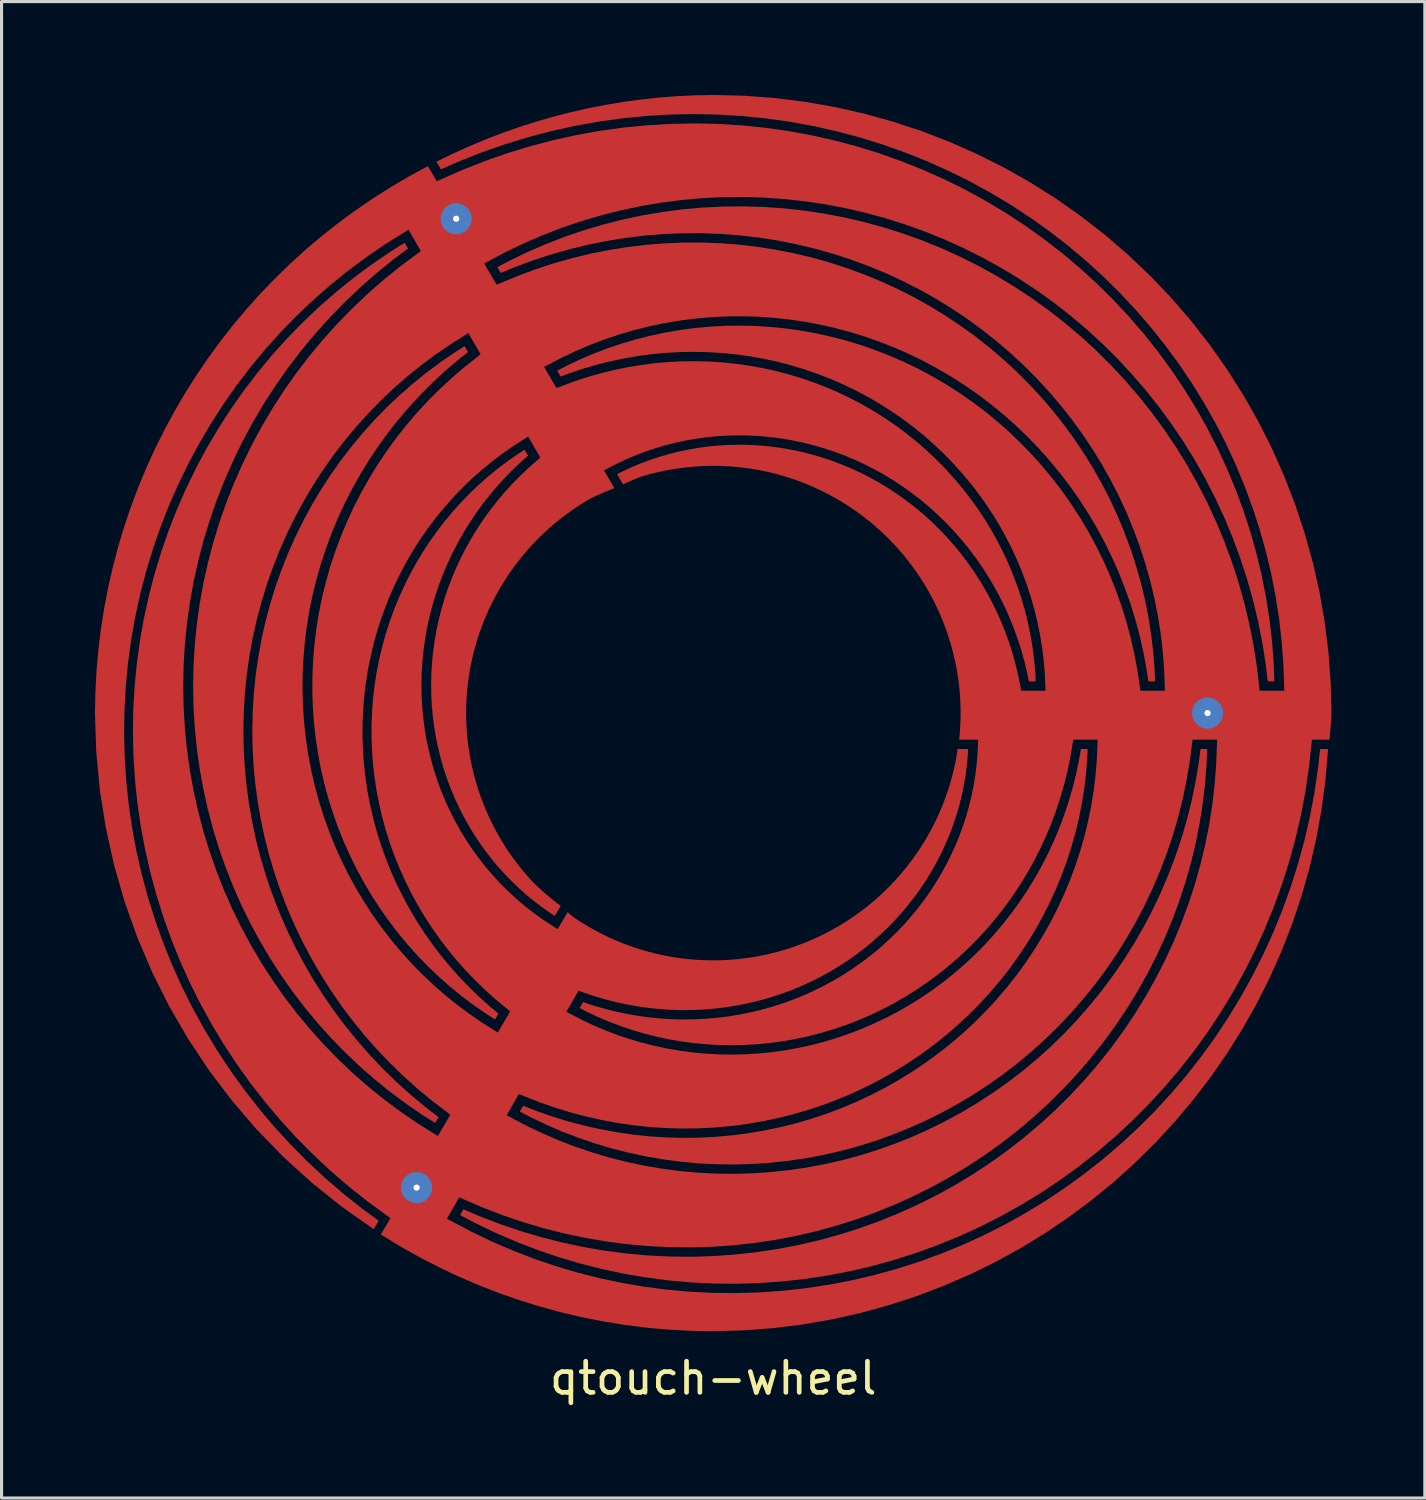
<source format=kicad_pcb>
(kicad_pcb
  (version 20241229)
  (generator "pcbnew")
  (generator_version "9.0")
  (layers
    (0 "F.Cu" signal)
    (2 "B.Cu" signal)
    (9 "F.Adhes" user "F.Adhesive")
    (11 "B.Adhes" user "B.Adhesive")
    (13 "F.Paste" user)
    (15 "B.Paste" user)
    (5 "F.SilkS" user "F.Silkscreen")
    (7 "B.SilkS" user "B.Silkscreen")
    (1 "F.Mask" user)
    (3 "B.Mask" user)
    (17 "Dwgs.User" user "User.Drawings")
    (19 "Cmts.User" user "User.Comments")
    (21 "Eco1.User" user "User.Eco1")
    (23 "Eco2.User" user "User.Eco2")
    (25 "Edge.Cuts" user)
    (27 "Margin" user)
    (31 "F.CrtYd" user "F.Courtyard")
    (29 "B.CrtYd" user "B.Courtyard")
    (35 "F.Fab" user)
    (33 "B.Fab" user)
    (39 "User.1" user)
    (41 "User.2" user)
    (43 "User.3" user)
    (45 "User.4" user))
  (footprint "qtouch-wheel"
    (layer "F.Cu")
    (at 19.855 19.851)
    (property "Reference" "qtouch-wheel" (at 0 21.36 0) (unlocked yes) (layer "F.SilkS") (effects (font (size 1 1) (thickness 0.15))))
    (fp_poly (pts (xy 0.988 -19.827) (xy 1.965 -19.754) (xy 2.935 -19.634) (xy 3.894 -19.466) (xy 4.842 -19.253) (xy 5.777 -18.993) (xy 6.696 -18.689) (xy 7.6 -18.34) (xy 8.485 -17.948) (xy 9.351 -17.513) (xy 10.195 -17.035) (xy 11.017 -16.516) (xy 11.813 -15.956) (xy 12.584 -15.356) (xy 13.327 -14.716) (xy 14.04 -14.037) (xy 14.719 -13.324) (xy 15.359 -12.581) (xy 15.959 -11.811) (xy 16.519 -11.014) (xy 17.038 -10.192) (xy 17.516 -9.348) (xy 17.951 -8.482) (xy 18.343 -7.597) (xy 18.692 -6.694) (xy 18.996 -5.774) (xy 19.256 -4.839) (xy 19.47 -3.891) (xy 19.637 -2.932) (xy 19.757 -1.962) (xy 19.83 -0.984) (xy 19.855 0.000114) (xy 19.843 0.214) (xy 19.829 0.427) (xy 19.812 0.64) (xy 19.794 0.853) (xy 19.633 0.853) (xy 19.628 0.853) (xy 19.598 0.853) (xy 19.593 0.853) (xy 19.383 0.853) (xy 19.378 0.853) (xy 19.228 0.853) (xy 19.131 1.757) (xy 19.018 2.518) (xy 18.875 3.273) (xy 18.702 4.021) (xy 18.5 4.76) (xy 18.269 5.49) (xy 18.009 6.208) (xy 17.722 6.915) (xy 17.407 7.609) (xy 17.065 8.289) (xy 16.697 8.954) (xy 16.304 9.602) (xy 15.885 10.236) (xy 15.443 10.849) (xy 14.977 11.443) (xy 14.488 12.017) (xy 13.978 12.571) (xy 13.447 13.103) (xy 12.896 13.613) (xy 12.326 14.099) (xy 11.738 14.563) (xy 11.133 15.001) (xy 10.512 15.415) (xy 9.876 15.802) (xy 9.226 16.164) (xy 8.563 16.499) (xy 7.888 16.807) (xy 7.202 17.087) (xy 6.507 17.34) (xy 5.804 17.564) (xy 5.093 17.76) (xy 4.377 17.927) (xy 3.655 18.065) (xy 2.929 18.174) (xy 2.201 18.254) (xy 1.471 18.305) (xy 0.741 18.327) (xy 0.012 18.32) (xy -0.715 18.284) (xy -1.439 18.219) (xy -2.159 18.125) (xy -2.874 18.003) (xy -3.581 17.853) (xy -4.282 17.675) (xy -4.974 17.47) (xy -5.655 17.237) (xy -6.326 16.978) (xy -6.985 16.694) (xy -7.631 16.383) (xy -8.129 16.12) (xy -8.126 16.114) (xy -8.121 16.106) (xy -8.117 16.097) (xy -8.111 16.089) (xy -8.106 16.08) (xy -8.102 16.071) (xy -8.096 16.062) (xy -8.091 16.054) (xy -8.087 16.046) (xy -8.081 16.036) (xy -8.076 16.027) (xy -8.072 16.019) (xy -8.066 16.011) (xy -8.061 16.002) (xy -8.057 15.993) (xy -8.052 15.984) (xy -8.046 15.976) (xy -8.041 15.967) (xy -8.037 15.958) (xy -8.031 15.95) (xy -8.026 15.941) (xy -8.023 15.935) (xy -7.504 16.158) (xy -6.849 16.41) (xy -6.186 16.635) (xy -5.515 16.833) (xy -4.839 17.005) (xy -4.157 17.149) (xy -3.471 17.266) (xy -2.782 17.356) (xy -2.092 17.418) (xy -1.4 17.452) (xy -0.709 17.46) (xy -0.019 17.44) (xy 0.669 17.392) (xy 1.353 17.318) (xy 2.032 17.217) (xy 2.705 17.09) (xy 3.373 16.936) (xy 4.032 16.755) (xy 4.683 16.55) (xy 5.323 16.319) (xy 5.954 16.063) (xy 6.572 15.783) (xy 7.179 15.48) (xy 7.771 15.153) (xy 8.35 14.803) (xy 8.912 14.432) (xy 9.46 14.039) (xy 9.989 13.626) (xy 10.502 13.192) (xy 10.996 12.739) (xy 11.471 12.269) (xy 11.926 11.78) (xy 12.361 11.274) (xy 12.775 10.753) (xy 13.167 10.217) (xy 13.537 9.666) (xy 13.885 9.102) (xy 14.209 8.526) (xy 14.509 7.939) (xy 14.786 7.341) (xy 15.038 6.733) (xy 15.266 6.117) (xy 15.469 5.494) (xy 15.646 4.864) (xy 15.799 4.229) (xy 15.926 3.589) (xy 16.027 2.946) (xy 16.103 2.3) (xy 16.153 1.654) (xy 16.183 0.853) (xy 15.671 0.853) (xy 15.666 0.854) (xy 15.636 0.854) (xy 15.631 0.853) (xy 15.394 0.853) (xy 15.298 1.592) (xy 15.195 2.193) (xy 15.07 2.788) (xy 14.922 3.376) (xy 14.75 3.958) (xy 14.557 4.531) (xy 14.341 5.094) (xy 14.104 5.648) (xy 13.846 6.192) (xy 13.567 6.723) (xy 13.268 7.242) (xy 12.95 7.749) (xy 12.613 8.241) (xy 12.257 8.719) (xy 11.883 9.182) (xy 11.492 9.629) (xy 11.085 10.06) (xy 10.661 10.473) (xy 10.223 10.869) (xy 9.771 11.246) (xy 9.304 11.605) (xy 8.825 11.944) (xy 8.334 12.263) (xy 7.832 12.563) (xy 7.319 12.842) (xy 6.797 13.1) (xy 6.266 13.337) (xy 5.727 13.552) (xy 5.182 13.746) (xy 4.63 13.918) (xy 4.072 14.068) (xy 3.511 14.196) (xy 2.946 14.301) (xy 2.378 14.383) (xy 1.809 14.443) (xy 1.238 14.481) (xy 0.668 14.496) (xy 0.099 14.489) (xy -0.469 14.46) (xy -1.033 14.408) (xy -1.594 14.335) (xy -2.151 14.239) (xy -2.703 14.122) (xy -3.248 13.984) (xy -3.786 13.824) (xy -4.317 13.644) (xy -4.839 13.444) (xy -5.352 13.224) (xy -5.855 12.984) (xy -6.211 12.796) (xy -6.209 12.792) (xy -6.204 12.784) (xy -6.199 12.775) (xy -6.194 12.766) (xy -6.189 12.758) (xy -6.184 12.749) (xy -6.179 12.74) (xy -6.174 12.731) (xy -6.169 12.722) (xy -6.164 12.714) (xy -6.159 12.705) (xy -6.154 12.697) (xy -6.149 12.688) (xy -6.144 12.679) (xy -6.139 12.67) (xy -6.133 12.661) (xy -6.129 12.653) (xy -6.124 12.644) (xy -6.118 12.635) (xy -6.114 12.627) (xy -6.109 12.618) (xy -6.104 12.609) (xy -6.104 12.609) (xy -5.724 12.76) (xy -5.215 12.94) (xy -4.699 13.1) (xy -4.179 13.239) (xy -3.656 13.358) (xy -3.128 13.456) (xy -2.599 13.534) (xy -2.068 13.591) (xy -1.536 13.626) (xy -1.005 13.642) (xy -0.474 13.636) (xy 0.055 13.61) (xy 0.581 13.563) (xy 1.104 13.497) (xy 1.624 13.409) (xy 2.138 13.302) (xy 2.646 13.176) (xy 3.148 13.029) (xy 3.644 12.865) (xy 4.131 12.681) (xy 4.61 12.478) (xy 5.079 12.258) (xy 5.539 12.02) (xy 5.988 11.765) (xy 6.425 11.493) (xy 6.851 11.205) (xy 7.265 10.901) (xy 7.666 10.583) (xy 8.053 10.249) (xy 8.426 9.901) (xy 8.784 9.54) (xy 9.127 9.166) (xy 9.455 8.78) (xy 9.767 8.382) (xy 10.062 7.973) (xy 10.341 7.554) (xy 10.602 7.126) (xy 10.847 6.688) (xy 11.073 6.242) (xy 11.282 5.789) (xy 11.472 5.329) (xy 11.644 4.863) (xy 11.797 4.392) (xy 11.932 3.916) (xy 12.047 3.436) (xy 12.144 2.954) (xy 12.222 2.468) (xy 12.28 1.981) (xy 12.319 1.494) (xy 12.346 0.853) (xy 12.184 0.853) (xy 11.695 0.853) (xy 11.562 0.853) (xy 11.467 1.425) (xy 11.376 1.864) (xy 11.268 2.299) (xy 11.145 2.728) (xy 11.005 3.15) (xy 10.849 3.566) (xy 10.678 3.975) (xy 10.492 4.376) (xy 10.291 4.769) (xy 10.076 5.152) (xy 9.847 5.526) (xy 9.604 5.891) (xy 9.348 6.244) (xy 9.079 6.587) (xy 8.798 6.918) (xy 8.505 7.238) (xy 8.2 7.545) (xy 7.886 7.84) (xy 7.56 8.121) (xy 7.225 8.389) (xy 6.881 8.644) (xy 6.528 8.884) (xy 6.167 9.11) (xy 5.799 9.322) (xy 5.423 9.518) (xy 5.042 9.7) (xy 4.654 9.866) (xy 4.262 10.017) (xy 3.865 10.153) (xy 3.464 10.272) (xy 3.06 10.376) (xy 2.653 10.465) (xy 2.245 10.537) (xy 1.835 10.593) (xy 1.423 10.634) (xy 1.013 10.658) (xy 0.602 10.667) (xy 0.192 10.66) (xy -0.216 10.637) (xy -0.621 10.599) (xy -1.024 10.545) (xy -1.424 10.476) (xy -1.819 10.391) (xy -2.21 10.293) (xy -2.596 10.179) (xy -2.976 10.051) (xy -3.35 9.909) (xy -3.717 9.753) (xy -4.076 9.583) (xy -4.291 9.471) (xy -4.29 9.469) (xy -4.285 9.46) (xy -4.28 9.451) (xy -4.275 9.442) (xy -4.27 9.434) (xy -4.265 9.425) (xy -4.26 9.417) (xy -4.255 9.408) (xy -4.25 9.399) (xy -4.245 9.39) (xy -4.24 9.382) (xy -4.235 9.373) (xy -4.23 9.365) (xy -4.225 9.356) (xy -4.22 9.347) (xy -4.215 9.338) (xy -4.21 9.33) (xy -4.205 9.321) (xy -4.2 9.312) (xy -4.195 9.304) (xy -4.19 9.295) (xy -4.185 9.286) (xy -4.181 9.281) (xy -3.942 9.363) (xy -3.578 9.471) (xy -3.211 9.567) (xy -2.842 9.648) (xy -2.472 9.714) (xy -2.1 9.767) (xy -1.728 9.805) (xy -1.356 9.829) (xy -0.984 9.839) (xy -0.613 9.835) (xy -0.243 9.817) (xy 0.125 9.786) (xy 0.49 9.74) (xy 0.852 9.681) (xy 1.211 9.608) (xy 1.565 9.523) (xy 1.915 9.424) (xy 2.26 9.312) (xy 2.6 9.188) (xy 2.933 9.052) (xy 3.261 8.903) (xy 3.581 8.743) (xy 3.895 8.571) (xy 4.201 8.388) (xy 4.498 8.194) (xy 4.788 7.989) (xy 5.068 7.775) (xy 5.34 7.551) (xy 5.602 7.317) (xy 5.854 7.074) (xy 6.096 6.823) (xy 6.328 6.564) (xy 6.549 6.296) (xy 6.76 6.022) (xy 6.959 5.74) (xy 7.146 5.452) (xy 7.322 5.159) (xy 7.487 4.859) (xy 7.64 4.554) (xy 7.78 4.245) (xy 7.908 3.932) (xy 8.024 3.616) (xy 8.128 3.296) (xy 8.219 2.973) (xy 8.298 2.648) (xy 8.364 2.322) (xy 8.417 1.994) (xy 8.459 1.665) (xy 8.487 1.337) (xy 8.51 0.853) (xy 8.347 0.853) (xy 8.103 0.853) (xy 7.898 0.853) (xy 7.901 0.83) (xy 7.916 0.675) (xy 7.928 0.519) (xy 7.936 0.364) (xy 7.942 0.208) (xy 7.945 0.052) (xy 7.944 -0.104) (xy 7.94 -0.26) (xy 7.934 -0.416) (xy 7.924 -0.571) (xy 7.911 -0.727) (xy 7.896 -0.882) (xy 7.877 -1.036) (xy 7.855 -1.191) (xy 7.83 -1.345) (xy 7.802 -1.498) (xy 7.771 -1.651) (xy 7.737 -1.803) (xy 7.7 -1.955) (xy 7.66 -2.105) (xy 7.618 -2.255) (xy 7.572 -2.404) (xy 7.523 -2.552) (xy 7.472 -2.7) (xy 7.418 -2.846) (xy 7.389 -2.918) (xy 7.36 -2.991) (xy 7.33 -3.063) (xy 7.3 -3.135) (xy 7.269 -3.206) (xy 7.237 -3.277) (xy 7.204 -3.348) (xy 7.171 -3.419) (xy 7.137 -3.489) (xy 7.103 -3.559) (xy 7.067 -3.628) (xy 7.031 -3.697) (xy 6.995 -3.766) (xy 6.958 -3.834) (xy 6.92 -3.902) (xy 6.881 -3.97) (xy 6.767 -4.162) (xy 6.648 -4.35) (xy 6.523 -4.534) (xy 6.393 -4.715) (xy 6.258 -4.892) (xy 6.119 -5.066) (xy 5.974 -5.235) (xy 5.825 -5.401) (xy 5.671 -5.562) (xy 5.513 -5.719) (xy 5.35 -5.871) (xy 5.184 -6.019) (xy 5.013 -6.161) (xy 4.838 -6.299) (xy 4.659 -6.433) (xy 4.477 -6.561) (xy 4.291 -6.684) (xy 4.102 -6.801) (xy 3.91 -6.913) (xy 3.714 -7.02) (xy 3.516 -7.121) (xy 3.315 -7.217) (xy 3.111 -7.307) (xy 2.905 -7.392) (xy 2.697 -7.47) (xy 2.486 -7.543) (xy 2.274 -7.609) (xy 2.059 -7.67) (xy 1.844 -7.725) (xy 1.626 -7.773) (xy 1.408 -7.816) (xy 1.188 -7.852) (xy 0.967 -7.882) (xy 0.746 -7.906) (xy 0.524 -7.924) (xy 0.301 -7.935) (xy 0.079 -7.94) (xy -0.144 -7.939) (xy -0.367 -7.932) (xy -0.589 -7.918) (xy -0.811 -7.898) (xy -1.032 -7.872) (xy -1.253 -7.84) (xy -1.472 -7.802) (xy -1.69 -7.757) (xy -1.907 -7.707) (xy -2.123 -7.65) (xy -2.336 -7.587) (xy -2.478 -7.53) (xy -2.619 -7.471) (xy -2.759 -7.408) (xy -2.897 -7.343) (xy -3.043 -7.596) (xy -3.045 -7.599) (xy -3.049 -7.605) (xy -3.049 -7.606) (xy -3.058 -7.622) (xy -3.058 -7.622) (xy -3.061 -7.627) (xy -3.071 -7.644) (xy -3.073 -7.648) (xy -3.076 -7.653) (xy -3.076 -7.653) (xy -3.077 -7.653) (xy -3.081 -7.661) (xy -3.083 -7.666) (xy -3.086 -7.67) (xy -3.088 -7.673) (xy -2.943 -7.747) (xy -2.655 -7.882) (xy -2.36 -8.006) (xy -2.06 -8.12) (xy -1.755 -8.222) (xy -1.445 -8.313) (xy -1.131 -8.393) (xy -0.813 -8.46) (xy -0.492 -8.517) (xy -0.168 -8.561) (xy 0.159 -8.592) (xy 0.487 -8.612) (xy 0.818 -8.618) (xy 1.149 -8.613) (xy 1.481 -8.595) (xy 1.813 -8.565) (xy 2.145 -8.521) (xy 2.475 -8.465) (xy 2.804 -8.396) (xy 3.132 -8.315) (xy 3.458 -8.221) (xy 3.78 -8.115) (xy 4.099 -7.996) (xy 4.415 -7.865) (xy 4.727 -7.721) (xy 5.033 -7.565) (xy 5.335 -7.397) (xy 5.631 -7.218) (xy 5.921 -7.026) (xy 6.204 -6.824) (xy 6.48 -6.61) (xy 6.748 -6.386) (xy 7.009 -6.15) (xy 7.262 -5.904) (xy 7.505 -5.648) (xy 7.74 -5.382) (xy 7.965 -5.107) (xy 8.18 -4.822) (xy 8.385 -4.529) (xy 8.579 -4.228) (xy 8.762 -3.918) (xy 8.934 -3.601) (xy 9.095 -3.276) (xy 9.243 -2.945) (xy 9.379 -2.607) (xy 9.503 -2.264) (xy 9.614 -1.915) (xy 9.712 -1.561) (xy 9.796 -1.203) (xy 9.892 -0.716) (xy 10.026 -0.717) (xy 10.086 -0.717) (xy 10.096 -0.717) (xy 10.445 -0.717) (xy 10.455 -0.717) (xy 10.505 -0.717) (xy 10.673 -0.716) (xy 10.648 -1.278) (xy 10.614 -1.687) (xy 10.564 -2.094) (xy 10.498 -2.5) (xy 10.416 -2.905) (xy 10.319 -3.307) (xy 10.207 -3.706) (xy 10.079 -4.101) (xy 9.934 -4.493) (xy 9.775 -4.879) (xy 9.601 -5.26) (xy 9.411 -5.635) (xy 9.207 -6.004) (xy 8.988 -6.365) (xy 8.755 -6.718) (xy 8.508 -7.064) (xy 8.247 -7.399) (xy 7.972 -7.726) (xy 7.685 -8.043) (xy 7.385 -8.349) (xy 7.072 -8.644) (xy 6.748 -8.928) (xy 6.412 -9.199) (xy 6.065 -9.459) (xy 5.707 -9.705) (xy 5.339 -9.938) (xy 4.962 -10.157) (xy 4.575 -10.362) (xy 4.181 -10.552) (xy 3.778 -10.728) (xy 3.367 -10.888) (xy 2.95 -11.033) (xy 2.526 -11.161) (xy 2.097 -11.275) (xy 1.662 -11.371) (xy 1.224 -11.451) (xy 0.781 -11.514) (xy 0.335 -11.56) (xy -0.113 -11.589) (xy -0.563 -11.601) (xy -1.015 -11.596) (xy -1.467 -11.573) (xy -1.919 -11.533) (xy -2.37 -11.475) (xy -2.819 -11.399) (xy -3.266 -11.307) (xy -3.711 -11.197) (xy -4.152 -11.069) (xy -4.589 -10.924) (xy -4.898 -10.809) (xy -4.9 -10.811) (xy -4.903 -10.816) (xy -4.905 -10.821) (xy -4.908 -10.825) (xy -4.911 -10.829) (xy -4.913 -10.833) (xy -4.916 -10.838) (xy -4.918 -10.842) (xy -4.921 -10.846) (xy -4.923 -10.85) (xy -4.926 -10.855) (xy -4.929 -10.859) (xy -4.931 -10.863) (xy -4.934 -10.868) (xy -4.936 -10.872) (xy -4.939 -10.876) (xy -4.941 -10.881) (xy -4.944 -10.885) (xy -4.946 -10.889) (xy -4.949 -10.894) (xy -4.952 -10.898) (xy -4.954 -10.903) (xy -4.957 -10.907) (xy -4.959 -10.911) (xy -4.962 -10.915) (xy -4.964 -10.919) (xy -4.967 -10.923) (xy -4.969 -10.928) (xy -4.972 -10.932) (xy -4.975 -10.936) (xy -4.977 -10.941) (xy -4.979 -10.945) (xy -4.982 -10.95) (xy -4.985 -10.954) (xy -4.987 -10.958) (xy -4.99 -10.963) (xy -4.992 -10.967) (xy -4.995 -10.971) (xy -4.998 -10.976) (xy -5 -10.98) (xy -5.003 -10.984) (xy -5.006 -10.988) (xy -5.008 -10.993) (xy -5.01 -10.996) (xy -4.725 -11.146) (xy -4.293 -11.351) (xy -3.853 -11.539) (xy -3.405 -11.71) (xy -2.95 -11.864) (xy -2.488 -12) (xy -2.02 -12.119) (xy -1.546 -12.22) (xy -1.069 -12.302) (xy -0.587 -12.366) (xy -0.102 -12.411) (xy 0.386 -12.437) (xy 0.875 -12.444) (xy 1.365 -12.432) (xy 1.856 -12.401) (xy 2.346 -12.351) (xy 2.835 -12.281) (xy 3.322 -12.192) (xy 3.806 -12.084) (xy 4.287 -11.958) (xy 4.763 -11.812) (xy 5.234 -11.647) (xy 5.7 -11.464) (xy 6.159 -11.263) (xy 6.611 -11.043) (xy 7.055 -10.805) (xy 7.49 -10.55) (xy 7.916 -10.277) (xy 8.332 -9.987) (xy 8.738 -9.681) (xy 9.131 -9.358) (xy 9.513 -9.02) (xy 9.882 -8.666) (xy 10.238 -8.297) (xy 10.58 -7.914) (xy 10.908 -7.517) (xy 11.22 -7.107) (xy 11.517 -6.684) (xy 11.798 -6.249) (xy 12.062 -5.802) (xy 12.309 -5.344) (xy 12.538 -4.877) (xy 12.75 -4.399) (xy 12.944 -3.913) (xy 13.118 -3.418) (xy 13.274 -2.916) (xy 13.41 -2.408) (xy 13.526 -1.893) (xy 13.623 -1.373) (xy 13.719 -0.717) (xy 13.859 -0.717) (xy 13.96 -0.717) (xy 13.97 -0.718) (xy 14.161 -0.718) (xy 14.171 -0.718) (xy 14.34 -0.718) (xy 14.507 -0.717) (xy 14.479 -1.439) (xy 14.435 -2.005) (xy 14.367 -2.571) (xy 14.278 -3.136) (xy 14.166 -3.697) (xy 14.032 -4.254) (xy 13.876 -4.807) (xy 13.698 -5.354) (xy 13.498 -5.895) (xy 13.277 -6.429) (xy 13.035 -6.955) (xy 12.771 -7.471) (xy 12.487 -7.978) (xy 12.182 -8.474) (xy 11.858 -8.959) (xy 11.514 -9.431) (xy 11.152 -9.891) (xy 10.77 -10.337) (xy 10.371 -10.768) (xy 9.954 -11.184) (xy 9.521 -11.584) (xy 9.071 -11.968) (xy 8.605 -12.334) (xy 8.125 -12.682) (xy 7.631 -13.012) (xy 7.123 -13.323) (xy 6.602 -13.614) (xy 6.069 -13.884) (xy 5.525 -14.134) (xy 4.971 -14.363) (xy 4.407 -14.571) (xy 3.834 -14.756) (xy 3.253 -14.919) (xy 2.664 -15.059) (xy 2.07 -15.176) (xy 1.471 -15.27) (xy 0.867 -15.341) (xy 0.26 -15.388) (xy -0.349 -15.411) (xy -0.96 -15.41) (xy -1.572 -15.386) (xy -2.183 -15.336) (xy -2.793 -15.264) (xy -3.401 -15.166) (xy -4.005 -15.045) (xy -4.606 -14.9) (xy -5.2 -14.731) (xy -5.79 -14.539) (xy -6.372 -14.323) (xy -6.822 -14.135) (xy -6.824 -14.139) (xy -6.826 -14.143) (xy -6.829 -14.148) (xy -6.832 -14.152) (xy -6.834 -14.157) (xy -6.837 -14.161) (xy -6.84 -14.165) (xy -6.842 -14.17) (xy -6.845 -14.174) (xy -6.847 -14.178) (xy -6.85 -14.183) (xy -6.852 -14.187) (xy -6.855 -14.191) (xy -6.858 -14.195) (xy -6.86 -14.2) (xy -6.863 -14.204) (xy -6.865 -14.208) (xy -6.868 -14.212) (xy -6.87 -14.217) (xy -6.873 -14.222) (xy -6.875 -14.226) (xy -6.878 -14.23) (xy -6.881 -14.235) (xy -6.883 -14.239) (xy -6.886 -14.243) (xy -6.888 -14.248) (xy -6.891 -14.252) (xy -6.893 -14.256) (xy -6.896 -14.26) (xy -6.898 -14.265) (xy -6.901 -14.269) (xy -6.904 -14.273) (xy -6.906 -14.278) (xy -6.909 -14.282) (xy -6.911 -14.287) (xy -6.914 -14.291) (xy -6.917 -14.295) (xy -6.92 -14.3) (xy -6.922 -14.304) (xy -6.925 -14.309) (xy -6.927 -14.313) (xy -6.93 -14.317) (xy -6.932 -14.321) (xy -6.506 -14.547) (xy -5.931 -14.822) (xy -5.345 -15.074) (xy -4.749 -15.304) (xy -4.142 -15.51) (xy -3.527 -15.692) (xy -2.904 -15.85) (xy -2.274 -15.984) (xy -1.639 -16.092) (xy -0.999 -16.176) (xy -0.354 -16.235) (xy 0.293 -16.267) (xy 0.942 -16.274) (xy 1.593 -16.256) (xy 2.243 -16.212) (xy 2.891 -16.142) (xy 3.538 -16.045) (xy 4.181 -15.924) (xy 4.821 -15.777) (xy 5.454 -15.604) (xy 6.082 -15.406) (xy 6.702 -15.183) (xy 7.315 -14.935) (xy 7.918 -14.663) (xy 8.51 -14.366) (xy 9.091 -14.046) (xy 9.661 -13.702) (xy 10.217 -13.335) (xy 10.759 -12.946) (xy 11.286 -12.536) (xy 11.797 -12.104) (xy 12.292 -11.651) (xy 12.769 -11.179) (xy 13.227 -10.687) (xy 13.667 -10.176) (xy 14.087 -9.648) (xy 14.486 -9.102) (xy 14.865 -8.54) (xy 15.221 -7.963) (xy 15.554 -7.371) (xy 15.864 -6.765) (xy 16.151 -6.147) (xy 16.413 -5.516) (xy 16.65 -4.875) (xy 16.863 -4.224) (xy 17.049 -3.563) (xy 17.21 -2.895) (xy 17.345 -2.22) (xy 17.453 -1.539) (xy 17.549 -0.718) (xy 17.693 -0.718) (xy 17.813 -0.718) (xy 17.824 -0.719) (xy 18.065 -0.719) (xy 18.075 -0.719) (xy 18.341 -0.719) (xy 18.309 -1.599) (xy 18.254 -2.326) (xy 18.17 -3.051) (xy 18.057 -3.773) (xy 17.915 -4.492) (xy 17.744 -5.205) (xy 17.545 -5.912) (xy 17.317 -6.611) (xy 17.061 -7.302) (xy 16.778 -7.983) (xy 16.467 -8.654) (xy 16.13 -9.313) (xy 15.765 -9.958) (xy 15.375 -10.589) (xy 14.959 -11.206) (xy 14.519 -11.806) (xy 14.054 -12.389) (xy 13.566 -12.954) (xy 13.054 -13.5) (xy 12.521 -14.026) (xy 11.966 -14.531) (xy 11.391 -15.014) (xy 10.796 -15.475) (xy 10.182 -15.913) (xy 9.55 -16.326) (xy 8.902 -16.714) (xy 8.238 -17.077) (xy 7.558 -17.413) (xy 6.865 -17.723) (xy 6.159 -18.005) (xy 5.441 -18.259) (xy 4.713 -18.485) (xy 3.975 -18.682) (xy 3.229 -18.85) (xy 2.475 -18.988) (xy 1.716 -19.096) (xy 0.951 -19.173) (xy 0.181 -19.22) (xy -0.589 -19.237) (xy -1.36 -19.223) (xy -2.132 -19.179) (xy -2.902 -19.103) (xy -3.67 -18.997) (xy -4.433 -18.86) (xy -5.193 -18.693) (xy -5.945 -18.495) (xy -6.691 -18.268) (xy -7.428 -18.01) (xy -8.155 -17.722) (xy -8.745 -17.462) (xy -8.745 -17.462) (xy -8.748 -17.467) (xy -8.751 -17.471) (xy -8.753 -17.475) (xy -8.756 -17.48) (xy -8.758 -17.485) (xy -8.761 -17.489) (xy -8.763 -17.493) (xy -8.766 -17.498) (xy -8.768 -17.502) (xy -8.771 -17.506) (xy -8.773 -17.51) (xy -8.776 -17.515) (xy -8.779 -17.519) (xy -8.781 -17.524) (xy -8.784 -17.528) (xy -8.786 -17.532) (xy -8.789 -17.537) (xy -8.792 -17.541) (xy -8.794 -17.545) (xy -8.797 -17.55) (xy -8.799 -17.554) (xy -8.802 -17.559) (xy -8.804 -17.563) (xy -8.807 -17.567) (xy -8.81 -17.571) (xy -8.812 -17.576) (xy -8.815 -17.58) (xy -8.817 -17.584) (xy -8.82 -17.589) (xy -8.822 -17.593) (xy -8.825 -17.597) (xy -8.828 -17.602) (xy -8.83 -17.606) (xy -8.833 -17.611) (xy -8.835 -17.615) (xy -8.838 -17.619) (xy -8.841 -17.624) (xy -8.844 -17.628) (xy -8.846 -17.632) (xy -8.848 -17.637) (xy -8.851 -17.641) (xy -8.854 -17.645) (xy -8.856 -17.649) (xy -8.859 -17.654) (xy -8.862 -17.658) (xy -8.864 -17.663) (xy -8.867 -17.667) (xy -8.869 -17.672) (xy -8.872 -17.676) (xy -8.874 -17.68) (xy -8.877 -17.685) (xy -8.88 -17.689) (xy -8.882 -17.693) (xy -8.885 -17.698) (xy -8.887 -17.702) (xy -8.89 -17.706) (xy -8.891 -17.708) (xy -8.371 -17.962) (xy -7.844 -18.2) (xy -7.312 -18.423) (xy -6.774 -18.63) (xy -6.231 -18.821) (xy -5.682 -18.996) (xy -5.13 -19.155) (xy -4.572 -19.298) (xy -4.011 -19.425) (xy -3.447 -19.535) (xy -2.879 -19.629) (xy -2.308 -19.707) (xy -1.735 -19.768) (xy -1.159 -19.813) (xy -0.582 -19.84) (xy -0.004 -19.851) (xy 0.003 -19.851)) (stroke (width 0) (type solid)) (fill yes) (layer "F.Cu"))
    (fp_poly (pts (xy -9.906 -15.1) (xy -9.901 -15.092) (xy -9.895 -15.083) (xy -9.89 -15.074) (xy -9.885 -15.066) (xy -9.88 -15.057) (xy -9.875 -15.048) (xy -9.87 -15.04) (xy -9.865 -15.031) (xy -9.86 -15.022) (xy -9.855 -15.014) (xy -9.85 -15.005) (xy -9.845 -14.996) (xy -9.84 -14.988) (xy -9.835 -14.979) (xy -9.83 -14.97) (xy -9.825 -14.961) (xy -9.82 -14.953) (xy -9.815 -14.944) (xy -9.81 -14.935) (xy -9.805 -14.927) (xy -9.801 -14.921) (xy -10.255 -14.583) (xy -10.8 -14.141) (xy -11.326 -13.68) (xy -11.833 -13.198) (xy -12.32 -12.698) (xy -12.786 -12.18) (xy -13.23 -11.644) (xy -13.652 -11.092) (xy -14.051 -10.525) (xy -14.427 -9.944) (xy -14.779 -9.349) (xy -15.107 -8.741) (xy -15.409 -8.122) (xy -15.687 -7.493) (xy -15.939 -6.854) (xy -16.165 -6.207) (xy -16.365 -5.552) (xy -16.539 -4.891) (xy -16.686 -4.225) (xy -16.807 -3.554) (xy -16.901 -2.88) (xy -16.968 -2.205) (xy -17.008 -1.528) (xy -17.021 -0.852) (xy -17.008 -0.176) (xy -16.967 0.497) (xy -16.901 1.167) (xy -16.808 1.833) (xy -16.688 2.494) (xy -16.544 3.148) (xy -16.373 3.795) (xy -16.178 4.433) (xy -15.957 5.063) (xy -15.713 5.682) (xy -15.445 6.29) (xy -15.153 6.885) (xy -14.838 7.468) (xy -14.501 8.037) (xy -14.142 8.591) (xy -13.763 9.13) (xy -13.363 9.652) (xy -12.943 10.157) (xy -12.505 10.644) (xy -12.048 11.113) (xy -11.574 11.563) (xy -11.084 11.993) (xy -10.578 12.402) (xy -10.056 12.79) (xy -9.521 13.157) (xy -8.843 13.583) (xy -8.763 13.444) (xy -8.76 13.439) (xy -8.757 13.435) (xy -8.755 13.431) (xy -8.752 13.427) (xy -8.75 13.422) (xy -8.747 13.417) (xy -8.745 13.413) (xy -8.742 13.409) (xy -8.739 13.404) (xy -8.737 13.4) (xy -8.734 13.396) (xy -8.732 13.391) (xy -8.729 13.387) (xy -8.727 13.383) (xy -8.724 13.379) (xy -8.721 13.374) (xy -8.719 13.37) (xy -8.717 13.365) (xy -8.714 13.361) (xy -8.711 13.357) (xy -8.709 13.352) (xy -8.706 13.348) (xy -8.704 13.344) (xy -8.701 13.339) (xy -8.699 13.335) (xy -8.696 13.331) (xy -8.693 13.326) (xy -8.691 13.322) (xy -8.688 13.318) (xy -8.686 13.313) (xy -8.683 13.309) (xy -8.681 13.305) (xy -8.678 13.301) (xy -8.675 13.296) (xy -8.673 13.292) (xy -8.671 13.288) (xy -8.668 13.283) (xy -8.665 13.279) (xy -8.662 13.275) (xy -8.66 13.27) (xy -8.657 13.265) (xy -8.654 13.261) (xy -8.652 13.257) (xy -8.649 13.252) (xy -8.647 13.248) (xy -8.644 13.244) (xy -8.642 13.24) (xy -8.639 13.235) (xy -8.636 13.231) (xy -8.634 13.226) (xy -8.631 13.222) (xy -8.628 13.217) (xy -8.626 13.213) (xy -8.624 13.209) (xy -8.621 13.204) (xy -8.618 13.2) (xy -8.616 13.196) (xy -8.613 13.192) (xy -8.61 13.187) (xy -8.608 13.183) (xy -8.606 13.178) (xy -8.603 13.174) (xy -8.6 13.17) (xy -8.598 13.166) (xy -8.595 13.161) (xy -8.593 13.156) (xy -8.59 13.152) (xy -8.588 13.148) (xy -8.585 13.143) (xy -8.582 13.139) (xy -8.58 13.135) (xy -8.578 13.131) (xy -8.575 13.126) (xy -8.572 13.122) (xy -8.57 13.118) (xy -8.567 13.114) (xy -8.565 13.109) (xy -8.562 13.105) (xy -8.56 13.101) (xy -8.557 13.096) (xy -8.554 13.092) (xy -8.552 13.087) (xy -8.549 13.083) (xy -8.547 13.079) (xy -8.544 13.074) (xy -8.542 13.07) (xy -8.539 13.066) (xy -8.536 13.061) (xy -8.534 13.057) (xy -8.531 13.053) (xy -8.529 13.048) (xy -8.526 13.044) (xy -8.524 13.04) (xy -8.521 13.035) (xy -8.518 13.031) (xy -8.516 13.027) (xy -8.514 13.022) (xy -8.511 13.018) (xy -8.442 12.899) (xy -9.034 12.446) (xy -9.503 12.058) (xy -9.956 11.652) (xy -10.391 11.229) (xy -10.809 10.79) (xy -11.208 10.336) (xy -11.589 9.867) (xy -11.951 9.385) (xy -12.292 8.89) (xy -12.612 8.383) (xy -12.913 7.864) (xy -13.192 7.336) (xy -13.45 6.797) (xy -13.686 6.25) (xy -13.9 5.695) (xy -14.091 5.133) (xy -14.261 4.564) (xy -14.408 3.991) (xy -14.531 3.414) (xy -14.631 2.833) (xy -14.709 2.25) (xy -14.763 1.666) (xy -14.794 1.081) (xy -14.803 0.496) (xy -14.788 -0.087) (xy -14.75 -0.669) (xy -14.69 -1.247) (xy -14.607 -1.821) (xy -14.502 -2.391) (xy -14.375 -2.955) (xy -14.226 -3.512) (xy -14.056 -4.063) (xy -13.864 -4.605) (xy -13.652 -5.138) (xy -13.419 -5.661) (xy -13.167 -6.174) (xy -12.895 -6.675) (xy -12.604 -7.164) (xy -12.295 -7.641) (xy -11.968 -8.104) (xy -11.623 -8.553) (xy -11.263 -8.987) (xy -10.885 -9.407) (xy -10.493 -9.81) (xy -10.086 -10.196) (xy -9.664 -10.566) (xy -9.23 -10.918) (xy -8.783 -11.252) (xy -8.324 -11.568) (xy -7.983 -11.783) (xy -7.981 -11.778) (xy -7.976 -11.77) (xy -7.971 -11.761) (xy -7.966 -11.752) (xy -7.961 -11.743) (xy -7.955 -11.735) (xy -7.95 -11.726) (xy -7.946 -11.718) (xy -7.94 -11.709) (xy -7.935 -11.7) (xy -7.93 -11.691) (xy -7.925 -11.683) (xy -7.92 -11.674) (xy -7.915 -11.665) (xy -7.91 -11.657) (xy -7.905 -11.648) (xy -7.9 -11.639) (xy -7.895 -11.631) (xy -7.89 -11.622) (xy -7.885 -11.613) (xy -7.88 -11.604) (xy -7.875 -11.596) (xy -7.875 -11.595) (xy -8.195 -11.342) (xy -8.606 -10.991) (xy -9.002 -10.625) (xy -9.383 -10.244) (xy -9.748 -9.85) (xy -10.096 -9.443) (xy -10.428 -9.023) (xy -10.742 -8.592) (xy -11.039 -8.149) (xy -11.319 -7.696) (xy -11.579 -7.234) (xy -11.821 -6.763) (xy -12.044 -6.284) (xy -12.247 -5.797) (xy -12.431 -5.304) (xy -12.595 -4.805) (xy -12.74 -4.301) (xy -12.865 -3.793) (xy -12.97 -3.282) (xy -13.054 -2.768) (xy -13.118 -2.253) (xy -13.162 -1.736) (xy -13.186 -1.219) (xy -13.189 -0.702) (xy -13.173 -0.188) (xy -13.137 0.326) (xy -13.08 0.836) (xy -13.004 1.342) (xy -12.909 1.844) (xy -12.794 2.341) (xy -12.661 2.832) (xy -12.509 3.316) (xy -12.338 3.793) (xy -12.15 4.262) (xy -11.943 4.722) (xy -11.72 5.173) (xy -11.479 5.614) (xy -11.222 6.044) (xy -10.95 6.463) (xy -10.661 6.87) (xy -10.358 7.265) (xy -10.04 7.647) (xy -9.709 8.016) (xy -9.364 8.37) (xy -9.006 8.71) (xy -8.636 9.035) (xy -8.255 9.344) (xy -7.863 9.638) (xy -7.46 9.916) (xy -6.918 10.26) (xy -6.838 10.12) (xy -6.835 10.115) (xy -6.832 10.111) (xy -6.83 10.106) (xy -6.827 10.102) (xy -6.825 10.098) (xy -6.822 10.094) (xy -6.82 10.089) (xy -6.817 10.085) (xy -6.814 10.081) (xy -6.812 10.076) (xy -6.81 10.072) (xy -6.807 10.068) (xy -6.804 10.063) (xy -6.802 10.059) (xy -6.799 10.055) (xy -6.797 10.05) (xy -6.794 10.046) (xy -6.792 10.042) (xy -6.789 10.037) (xy -6.786 10.033) (xy -6.784 10.028) (xy -6.782 10.024) (xy -6.779 10.02) (xy -6.776 10.016) (xy -6.774 10.011) (xy -6.771 10.007) (xy -6.769 10.003) (xy -6.766 9.998) (xy -6.764 9.994) (xy -6.761 9.99) (xy -6.758 9.986) (xy -6.756 9.981) (xy -6.753 9.977) (xy -6.75 9.972) (xy -6.747 9.968) (xy -6.745 9.964) (xy -6.743 9.96) (xy -6.74 9.955) (xy -6.737 9.95) (xy -6.735 9.946) (xy -6.732 9.942) (xy -6.73 9.938) (xy -6.727 9.933) (xy -6.725 9.929) (xy -6.722 9.925) (xy -6.719 9.92) (xy -6.717 9.916) (xy -6.714 9.912) (xy -6.711 9.907) (xy -6.709 9.902) (xy -6.706 9.898) (xy -6.704 9.894) (xy -6.701 9.889) (xy -6.699 9.885) (xy -6.696 9.881) (xy -6.693 9.877) (xy -6.691 9.872) (xy -6.689 9.868) (xy -6.686 9.864) (xy -6.683 9.859) (xy -6.681 9.855) (xy -6.678 9.851) (xy -6.676 9.846) (xy -6.673 9.842) (xy -6.671 9.838) (xy -6.668 9.833) (xy -6.665 9.829) (xy -6.663 9.824) (xy -6.661 9.82) (xy -6.658 9.816) (xy -6.655 9.811) (xy -6.653 9.807) (xy -6.651 9.803) (xy -6.648 9.799) (xy -6.645 9.794) (xy -6.643 9.79) (xy -6.64 9.786) (xy -6.638 9.782) (xy -6.635 9.777) (xy -6.633 9.773) (xy -6.63 9.769) (xy -6.627 9.764) (xy -6.625 9.76) (xy -6.622 9.756) (xy -6.62 9.752) (xy -6.617 9.747) (xy -6.615 9.743) (xy -6.612 9.739) (xy -6.609 9.735) (xy -6.607 9.73) (xy -6.604 9.726) (xy -6.602 9.721) (xy -6.599 9.717) (xy -6.597 9.713) (xy -6.594 9.708) (xy -6.591 9.704) (xy -6.589 9.7) (xy -6.586 9.695) (xy -6.52 9.581) (xy -6.967 9.212) (xy -7.302 8.914) (xy -7.625 8.603) (xy -7.935 8.282) (xy -8.231 7.95) (xy -8.513 7.607) (xy -8.782 7.254) (xy -9.036 6.893) (xy -9.276 6.522) (xy -9.501 6.144) (xy -9.71 5.759) (xy -9.904 5.366) (xy -10.082 4.967) (xy -10.245 4.563) (xy -10.391 4.154) (xy -10.521 3.741) (xy -10.635 3.324) (xy -10.732 2.903) (xy -10.814 2.481) (xy -10.878 2.057) (xy -10.927 1.632) (xy -10.958 1.206) (xy -10.974 0.78) (xy -10.973 0.355) (xy -10.955 -0.068) (xy -10.922 -0.49) (xy -10.872 -0.908) (xy -10.807 -1.323) (xy -10.726 -1.735) (xy -10.629 -2.142) (xy -10.517 -2.544) (xy -10.39 -2.94) (xy -10.248 -3.33) (xy -10.092 -3.714) (xy -9.921 -4.09) (xy -9.737 -4.458) (xy -9.539 -4.818) (xy -9.328 -5.169) (xy -9.105 -5.511) (xy -8.868 -5.843) (xy -8.62 -6.165) (xy -8.361 -6.477) (xy -8.09 -6.777) (xy -7.809 -7.066) (xy -7.518 -7.343) (xy -7.217 -7.609) (xy -6.907 -7.861) (xy -6.588 -8.101) (xy -6.261 -8.328) (xy -6.057 -8.458) (xy -6.056 -8.455) (xy -6.051 -8.447) (xy -6.045 -8.438) (xy -6.041 -8.43) (xy -6.036 -8.421) (xy -6.03 -8.412) (xy -6.026 -8.403) (xy -6.021 -8.395) (xy -6.015 -8.386) (xy -6.011 -8.377) (xy -6.006 -8.369) (xy -6 -8.36) (xy -5.995 -8.351) (xy -5.991 -8.342) (xy -5.985 -8.334) (xy -5.98 -8.325) (xy -5.976 -8.317) (xy -5.971 -8.308) (xy -5.965 -8.299) (xy -5.96 -8.29) (xy -5.956 -8.282) (xy -5.95 -8.273) (xy -5.947 -8.267) (xy -6.138 -8.101) (xy -6.414 -7.84) (xy -6.68 -7.57) (xy -6.934 -7.291) (xy -7.177 -7.004) (xy -7.409 -6.708) (xy -7.628 -6.405) (xy -7.835 -6.094) (xy -8.03 -5.777) (xy -8.212 -5.454) (xy -8.381 -5.125) (xy -8.537 -4.791) (xy -8.68 -4.452) (xy -8.811 -4.109) (xy -8.927 -3.762) (xy -9.03 -3.412) (xy -9.12 -3.059) (xy -9.196 -2.704) (xy -9.258 -2.348) (xy -9.306 -1.991) (xy -9.341 -1.633) (xy -9.363 -1.276) (xy -9.37 -0.918) (xy -9.365 -0.562) (xy -9.346 -0.207) (xy -9.313 0.146) (xy -9.268 0.496) (xy -9.21 0.843) (xy -9.138 1.187) (xy -9.054 1.527) (xy -8.957 1.862) (xy -8.849 2.193) (xy -8.728 2.518) (xy -8.595 2.837) (xy -8.451 3.15) (xy -8.295 3.457) (xy -8.129 3.757) (xy -7.952 4.049) (xy -7.765 4.333) (xy -7.567 4.609) (xy -7.36 4.877) (xy -7.144 5.136) (xy -6.919 5.385) (xy -6.685 5.626) (xy -6.443 5.856) (xy -6.193 6.077) (xy -5.936 6.287) (xy -5.672 6.487) (xy -5.402 6.676) (xy -4.994 6.938) (xy -4.913 6.797) (xy -4.911 6.792) (xy -4.908 6.788) (xy -4.906 6.784) (xy -4.903 6.779) (xy -4.901 6.775) (xy -4.898 6.77) (xy -4.895 6.766) (xy -4.893 6.762) (xy -4.89 6.757) (xy -4.888 6.753) (xy -4.885 6.749) (xy -4.883 6.745) (xy -4.88 6.74) (xy -4.878 6.736) (xy -4.875 6.732) (xy -4.873 6.728) (xy -4.87 6.723) (xy -4.868 6.719) (xy -4.865 6.714) (xy -4.862 6.71) (xy -4.86 6.706) (xy -4.858 6.702) (xy -4.855 6.698) (xy -4.852 6.693) (xy -4.85 6.689) (xy -4.847 6.685) (xy -4.845 6.681) (xy -4.842 6.676) (xy -4.84 6.672) (xy -4.837 6.667) (xy -4.834 6.663) (xy -4.832 6.659) (xy -4.829 6.654) (xy -4.824 6.646) (xy -4.824 6.646) (xy -4.824 6.645) (xy -4.822 6.641) (xy -4.819 6.637) (xy -4.819 6.637) (xy -4.818 6.637) (xy -4.817 6.635) (xy -4.816 6.633) (xy -4.813 6.628) (xy -4.811 6.624) (xy -4.806 6.615) (xy -4.804 6.612) (xy -4.804 6.612) (xy -4.804 6.611) (xy -4.803 6.611) (xy -4.801 6.607) (xy -4.8 6.605) (xy -4.799 6.603) (xy -4.798 6.602) (xy -4.795 6.598) (xy -4.793 6.594) (xy -4.791 6.589) (xy -4.789 6.587) (xy -4.788 6.585) (xy -4.675 6.39) (xy -4.626 6.434) (xy -4.577 6.476) (xy -4.527 6.519) (xy -4.477 6.561) (xy -4.291 6.684) (xy -4.102 6.801) (xy -3.91 6.914) (xy -3.714 7.02) (xy -3.516 7.122) (xy -3.315 7.217) (xy -3.111 7.307) (xy -2.905 7.392) (xy -2.696 7.47) (xy -2.486 7.543) (xy -2.273 7.61) (xy -2.059 7.67) (xy -1.844 7.725) (xy -1.626 7.773) (xy -1.408 7.816) (xy -1.188 7.852) (xy -0.967 7.882) (xy -0.745 7.906) (xy -0.523 7.924) (xy -0.301 7.935) (xy -0.078 7.94) (xy 0.144 7.939) (xy 0.367 7.932) (xy 0.589 7.918) (xy 0.811 7.899) (xy 1.033 7.873) (xy 1.253 7.841) (xy 1.472 7.802) (xy 1.69 7.758) (xy 1.907 7.707) (xy 2.123 7.651) (xy 2.337 7.588) (xy 2.549 7.52) (xy 2.758 7.445) (xy 2.966 7.365) (xy 3.171 7.278) (xy 3.374 7.187) (xy 3.574 7.089) (xy 3.771 6.986) (xy 3.966 6.877) (xy 4.033 6.838) (xy 4.1 6.798) (xy 4.167 6.757) (xy 4.233 6.716) (xy 4.299 6.674) (xy 4.364 6.631) (xy 4.429 6.588) (xy 4.494 6.544) (xy 4.558 6.5) (xy 4.621 6.455) (xy 4.684 6.409) (xy 4.747 6.363) (xy 4.809 6.316) (xy 4.871 6.268) (xy 4.932 6.22) (xy 4.993 6.171) (xy 5.054 6.122) (xy 5.113 6.072) (xy 5.173 6.021) (xy 5.232 5.97) (xy 5.29 5.918) (xy 5.348 5.866) (xy 5.405 5.813) (xy 5.462 5.76) (xy 5.518 5.706) (xy 5.574 5.651) (xy 5.629 5.596) (xy 5.684 5.541) (xy 5.738 5.485) (xy 5.792 5.428) (xy 5.845 5.371) (xy 5.897 5.313) (xy 5.949 5.255) (xy 6 5.197) (xy 6.051 5.137) (xy 6.101 5.078) (xy 6.15 5.018) (xy 6.199 4.957) (xy 6.248 4.896) (xy 6.295 4.834) (xy 6.343 4.772) (xy 6.389 4.71) (xy 6.435 4.647) (xy 6.48 4.583) (xy 6.525 4.519) (xy 6.569 4.455) (xy 6.612 4.39) (xy 6.655 4.325) (xy 6.697 4.259) (xy 6.739 4.193) (xy 6.78 4.127) (xy 6.82 4.06) (xy 6.859 3.993) (xy 6.898 3.925) (xy 6.936 3.857) (xy 6.974 3.789) (xy 7.011 3.72) (xy 7.047 3.651) (xy 7.083 3.582) (xy 7.117 3.512) (xy 7.152 3.442) (xy 7.185 3.372) (xy 7.218 3.301) (xy 7.25 3.23) (xy 7.312 3.087) (xy 7.371 2.943) (xy 7.427 2.797) (xy 7.481 2.651) (xy 7.532 2.503) (xy 7.579 2.355) (xy 7.624 2.205) (xy 7.666 2.055) (xy 7.705 1.904) (xy 7.741 1.753) (xy 7.774 1.6) (xy 7.803 1.447) (xy 7.815 1.374) (xy 7.826 1.301) (xy 7.836 1.227) (xy 7.846 1.154) (xy 8.186 1.154) (xy 8.179 1.317) (xy 8.151 1.634) (xy 8.111 1.951) (xy 8.06 2.268) (xy 7.996 2.583) (xy 7.92 2.897) (xy 7.832 3.209) (xy 7.732 3.518) (xy 7.62 3.824) (xy 7.495 4.126) (xy 7.36 4.426) (xy 7.212 4.72) (xy 7.053 5.009) (xy 6.883 5.293) (xy 6.701 5.572) (xy 6.509 5.844) (xy 6.305 6.109) (xy 6.091 6.368) (xy 5.867 6.619) (xy 5.633 6.862) (xy 5.389 7.097) (xy 5.135 7.323) (xy 4.873 7.54) (xy 4.601 7.748) (xy 4.321 7.946) (xy 4.033 8.133) (xy 3.737 8.311) (xy 3.433 8.477) (xy 3.123 8.632) (xy 2.806 8.776) (xy 2.483 8.909) (xy 2.154 9.029) (xy 1.819 9.137) (xy 1.48 9.233) (xy 1.137 9.316) (xy 0.789 9.386) (xy 0.438 9.443) (xy 0.085 9.487) (xy -0.272 9.518) (xy -0.63 9.535) (xy -0.99 9.54) (xy -1.351 9.53) (xy -1.712 9.506) (xy -2.073 9.469) (xy -2.433 9.418) (xy -2.793 9.353) (xy -3.15 9.275) (xy -3.506 9.183) (xy -3.858 9.077) (xy -4.328 8.917) (xy -4.394 9.033) (xy -4.399 9.042) (xy -4.405 9.051) (xy -4.409 9.059) (xy -4.414 9.068) (xy -4.419 9.076) (xy -4.424 9.085) (xy -4.429 9.094) (xy -4.434 9.102) (xy -4.439 9.111) (xy -4.444 9.119) (xy -4.449 9.128) (xy -4.454 9.137) (xy -4.459 9.146) (xy -4.464 9.154) (xy -4.469 9.163) (xy -4.474 9.172) (xy -4.479 9.18) (xy -4.484 9.189) (xy -4.489 9.197) (xy -4.494 9.206) (xy -4.499 9.215) (xy -4.504 9.223) (xy -4.508 9.232) (xy -4.514 9.241) (xy -4.519 9.25) (xy -4.524 9.258) (xy -4.529 9.267) (xy -4.534 9.275) (xy -4.538 9.284) (xy -4.543 9.292) (xy -4.549 9.301) (xy -4.554 9.31) (xy -4.558 9.318) (xy -4.564 9.327) (xy -4.569 9.336) (xy -4.573 9.344) (xy -4.579 9.353) (xy -4.584 9.362) (xy -4.588 9.37) (xy -4.594 9.379) (xy -4.599 9.387) (xy -4.603 9.396) (xy -4.609 9.404) (xy -4.614 9.413) (xy -4.619 9.422) (xy -4.624 9.43) (xy -4.629 9.439) (xy -4.634 9.448) (xy -4.718 9.593) (xy -4.218 9.852) (xy -3.848 10.027) (xy -3.471 10.187) (xy -3.086 10.334) (xy -2.695 10.465) (xy -2.298 10.582) (xy -1.896 10.684) (xy -1.489 10.771) (xy -1.078 10.842) (xy -0.664 10.897) (xy -0.247 10.937) (xy 0.173 10.96) (xy 0.594 10.967) (xy 1.016 10.958) (xy 1.439 10.933) (xy 1.861 10.892) (xy 2.283 10.834) (xy 2.703 10.759) (xy 3.121 10.669) (xy 3.536 10.562) (xy 3.948 10.439) (xy 4.356 10.299) (xy 4.759 10.144) (xy 5.157 9.973) (xy 5.549 9.787) (xy 5.935 9.585) (xy 6.313 9.368) (xy 6.684 9.136) (xy 7.046 8.889) (xy 7.4 8.627) (xy 7.744 8.352) (xy 8.078 8.063) (xy 8.401 7.761) (xy 8.714 7.445) (xy 9.014 7.117) (xy 9.303 6.777) (xy 9.579 6.425) (xy 9.842 6.062) (xy 10.091 5.688) (xy 10.326 5.304) (xy 10.548 4.911) (xy 10.754 4.508) (xy 10.945 4.097) (xy 11.12 3.677) (xy 11.279 3.25) (xy 11.423 2.816) (xy 11.55 2.376) (xy 11.66 1.931) (xy 11.753 1.48) (xy 11.808 1.154) (xy 12.025 1.154) (xy 12.011 1.476) (xy 11.973 1.952) (xy 11.916 2.427) (xy 11.84 2.9) (xy 11.746 3.372) (xy 11.633 3.84) (xy 11.502 4.304) (xy 11.352 4.765) (xy 11.185 5.22) (xy 10.999 5.669) (xy 10.795 6.112) (xy 10.574 6.547) (xy 10.336 6.975) (xy 10.08 7.393) (xy 9.807 7.802) (xy 9.519 8.202) (xy 9.214 8.591) (xy 8.894 8.968) (xy 8.559 9.333) (xy 8.209 9.686) (xy 7.844 10.026) (xy 7.466 10.351) (xy 7.075 10.663) (xy 6.671 10.96) (xy 6.254 11.241) (xy 5.826 11.507) (xy 5.388 11.756) (xy 4.938 11.989) (xy 4.479 12.204) (xy 4.011 12.402) (xy 3.535 12.582) (xy 3.051 12.743) (xy 2.56 12.886) (xy 2.063 13.009) (xy 1.56 13.114) (xy 1.052 13.2) (xy 0.541 13.265) (xy 0.026 13.311) (xy -0.491 13.336) (xy -1.01 13.342) (xy -1.53 13.327) (xy -2.05 13.292) (xy -2.569 13.236) (xy -3.087 13.16) (xy -3.603 13.064) (xy -4.115 12.948) (xy -4.624 12.811) (xy -5.128 12.655) (xy -5.626 12.479) (xy -6.243 12.234) (xy -6.312 12.356) (xy -6.317 12.364) (xy -6.322 12.373) (xy -6.327 12.382) (xy -6.332 12.39) (xy -6.337 12.399) (xy -6.342 12.408) (xy -6.347 12.416) (xy -6.352 12.425) (xy -6.357 12.434) (xy -6.362 12.442) (xy -6.367 12.451) (xy -6.372 12.46) (xy -6.377 12.469) (xy -6.382 12.477) (xy -6.387 12.486) (xy -6.397 12.503) (xy -6.402 12.512) (xy -6.407 12.521) (xy -6.412 12.53) (xy -6.417 12.538) (xy -6.422 12.547) (xy -6.427 12.556) (xy -6.432 12.564) (xy -6.437 12.573) (xy -6.442 12.582) (xy -6.447 12.591) (xy -6.452 12.599) (xy -6.457 12.608) (xy -6.462 12.617) (xy -6.467 12.625) (xy -6.472 12.634) (xy -6.477 12.642) (xy -6.482 12.651) (xy -6.487 12.66) (xy -6.492 12.669) (xy -6.497 12.678) (xy -6.502 12.686) (xy -6.507 12.695) (xy -6.512 12.704) (xy -6.517 12.712) (xy -6.522 12.721) (xy -6.527 12.73) (xy -6.532 12.739) (xy -6.537 12.747) (xy -6.542 12.755) (xy -6.547 12.764) (xy -6.552 12.773) (xy -6.636 12.916) (xy -5.997 13.252) (xy -5.483 13.497) (xy -4.96 13.722) (xy -4.427 13.927) (xy -3.885 14.11) (xy -3.335 14.273) (xy -2.778 14.414) (xy -2.215 14.534) (xy -1.647 14.631) (xy -1.074 14.707) (xy -0.498 14.76) (xy 0.082 14.789) (xy 0.662 14.797) (xy 1.244 14.781) (xy 1.826 14.742) (xy 2.408 14.681) (xy 2.987 14.597) (xy 3.564 14.49) (xy 4.137 14.36) (xy 4.706 14.207) (xy 5.269 14.031) (xy 5.825 13.833) (xy 6.375 13.614) (xy 6.917 13.372) (xy 7.45 13.108) (xy 7.973 12.824) (xy 8.485 12.518) (xy 8.986 12.192) (xy 9.475 11.847) (xy 9.951 11.481) (xy 10.412 11.096) (xy 10.859 10.693) (xy 11.291 10.271) (xy 11.706 9.831) (xy 12.105 9.375) (xy 12.486 8.903) (xy 12.849 8.416) (xy 13.193 7.913) (xy 13.518 7.397) (xy 13.823 6.867) (xy 14.107 6.325) (xy 14.37 5.772) (xy 14.612 5.207) (xy 14.832 4.632) (xy 15.029 4.048) (xy 15.203 3.456) (xy 15.355 2.856) (xy 15.483 2.249) (xy 15.587 1.637) (xy 15.65 1.154) (xy 15.718 1.154) (xy 15.723 1.154) (xy 15.818 1.154) (xy 15.823 1.154) (xy 15.863 1.154) (xy 15.845 1.636) (xy 15.796 2.271) (xy 15.721 2.905) (xy 15.622 3.536) (xy 15.498 4.165) (xy 15.348 4.789) (xy 15.174 5.407) (xy 14.974 6.019) (xy 14.75 6.624) (xy 14.503 7.22) (xy 14.231 7.807) (xy 13.936 8.384) (xy 13.618 8.95) (xy 13.277 9.504) (xy 12.913 10.045) (xy 12.528 10.571) (xy 12.122 11.083) (xy 11.695 11.58) (xy 11.247 12.059) (xy 10.781 12.522) (xy 10.295 12.967) (xy 9.792 13.393) (xy 9.271 13.799) (xy 8.734 14.184) (xy 8.181 14.55) (xy 7.613 14.893) (xy 7.03 15.214) (xy 6.435 15.512) (xy 5.827 15.787) (xy 5.208 16.039) (xy 4.578 16.265) (xy 3.939 16.467) (xy 3.291 16.644) (xy 2.636 16.796) (xy 1.974 16.921) (xy 1.306 17.02) (xy 0.634 17.093) (xy -0.042 17.14) (xy -0.72 17.159) (xy -1.399 17.152) (xy -2.079 17.118) (xy -2.758 17.057) (xy -3.435 16.969) (xy -4.108 16.854) (xy -4.779 16.712) (xy -5.444 16.544) (xy -6.103 16.349) (xy -6.755 16.128) (xy -7.398 15.88) (xy -8.158 15.553) (xy -8.23 15.678) (xy -8.235 15.687) (xy -8.24 15.695) (xy -8.245 15.705) (xy -8.25 15.713) (xy -8.255 15.722) (xy -8.26 15.731) (xy -8.265 15.739) (xy -8.27 15.748) (xy -8.275 15.756) (xy -8.28 15.765) (xy -8.285 15.774) (xy -8.29 15.783) (xy -8.295 15.791) (xy -8.3 15.8) (xy -8.305 15.809) (xy -8.31 15.817) (xy -8.315 15.826) (xy -8.32 15.835) (xy -8.325 15.844) (xy -8.33 15.852) (xy -8.335 15.861) (xy -8.34 15.869) (xy -8.345 15.879) (xy -8.35 15.887) (xy -8.355 15.896) (xy -8.36 15.905) (xy -8.365 15.913) (xy -8.37 15.922) (xy -8.375 15.93) (xy -8.38 15.939) (xy -8.385 15.948) (xy -8.39 15.957) (xy -8.395 15.966) (xy -8.4 15.974) (xy -8.405 15.983) (xy -8.41 15.991) (xy -8.415 16) (xy -8.42 16.009) (xy -8.425 16.018) (xy -8.43 16.027) (xy -8.435 16.034) (xy -8.44 16.043) (xy -8.445 16.052) (xy -8.45 16.061) (xy -8.455 16.069) (xy -8.46 16.078) (xy -8.465 16.087) (xy -8.47 16.095) (xy -8.552 16.239) (xy -7.775 16.651) (xy -7.118 16.967) (xy -6.448 17.256) (xy -5.766 17.52) (xy -5.073 17.756) (xy -4.37 17.965) (xy -3.658 18.146) (xy -2.938 18.298) (xy -2.212 18.422) (xy -1.48 18.517) (xy -0.744 18.583) (xy -0.005 18.62) (xy 0.736 18.627) (xy 1.478 18.605) (xy 2.22 18.553) (xy 2.96 18.472) (xy 3.697 18.361) (xy 4.431 18.221) (xy 5.159 18.051) (xy 5.882 17.852) (xy 6.596 17.624) (xy 7.303 17.368) (xy 7.999 17.083) (xy 8.685 16.77) (xy 9.359 16.43) (xy 10.019 16.062) (xy 10.665 15.668) (xy 11.296 15.248) (xy 11.911 14.802) (xy 12.508 14.332) (xy 13.088 13.838) (xy 13.647 13.319) (xy 14.187 12.779) (xy 14.705 12.216) (xy 15.201 11.633) (xy 15.674 11.029) (xy 16.124 10.406) (xy 16.549 9.763) (xy 16.949 9.104) (xy 17.323 8.429) (xy 17.67 7.739) (xy 17.99 7.034) (xy 18.282 6.316) (xy 18.545 5.586) (xy 18.78 4.845) (xy 18.985 4.094) (xy 19.161 3.335) (xy 19.306 2.568) (xy 19.42 1.795) (xy 19.49 1.154) (xy 19.764 1.154) (xy 19.745 1.154) (xy 19.664 2.129) (xy 19.538 3.09) (xy 19.366 4.036) (xy 19.151 4.965) (xy 18.893 5.876) (xy 18.594 6.768) (xy 18.254 7.641) (xy 17.875 8.492) (xy 17.458 9.322) (xy 17.004 10.128) (xy 16.514 10.911) (xy 15.99 11.668) (xy 15.432 12.399) (xy 14.841 13.102) (xy 14.22 13.777) (xy 13.568 14.422) (xy 12.888 15.037) (xy 12.179 15.62) (xy 11.444 16.17) (xy 10.683 16.687) (xy 9.898 17.168) (xy 9.09 17.614) (xy 8.259 18.022) (xy 7.408 18.392) (xy 6.536 18.723) (xy 5.646 19.014) (xy 4.739 19.263) (xy 3.815 19.47) (xy 2.875 19.634) (xy 1.922 19.752) (xy 0.955 19.825) (xy -0.023 19.851) (xy -0.73 19.838) (xy -1.434 19.8) (xy -2.135 19.738) (xy -2.832 19.65) (xy -3.525 19.538) (xy -4.213 19.402) (xy -4.895 19.242) (xy -5.57 19.057) (xy -6.239 18.849) (xy -6.901 18.618) (xy -7.554 18.363) (xy -8.198 18.085) (xy -8.833 17.784) (xy -9.458 17.46) (xy -10.072 17.114) (xy -10.674 16.745) (xy -10.673 16.742) (xy -10.67 16.737) (xy -10.668 16.733) (xy -10.665 16.729) (xy -10.662 16.724) (xy -10.66 16.72) (xy -10.657 16.715) (xy -10.655 16.711) (xy -10.652 16.706) (xy -10.65 16.702) (xy -10.647 16.698) (xy -10.644 16.694) (xy -10.642 16.689) (xy -10.64 16.685) (xy -10.637 16.681) (xy -10.634 16.677) (xy -10.632 16.672) (xy -10.629 16.668) (xy -10.626 16.664) (xy -10.624 16.659) (xy -10.621 16.654) (xy -10.619 16.65) (xy -10.616 16.646) (xy -10.614 16.641) (xy -10.611 16.637) (xy -10.608 16.633) (xy -10.606 16.628) (xy -10.603 16.624) (xy -10.601 16.62) (xy -10.598 16.616) (xy -10.596 16.611) (xy -10.593 16.607) (xy -10.59 16.603) (xy -10.588 16.598) (xy -10.586 16.594) (xy -10.583 16.589) (xy -10.58 16.585) (xy -10.577 16.581) (xy -10.575 16.576) (xy -10.572 16.572) (xy -10.569 16.567) (xy -10.567 16.563) (xy -10.565 16.559) (xy -10.562 16.555) (xy -10.559 16.55) (xy -10.557 16.546) (xy -10.554 16.541) (xy -10.551 16.537) (xy -10.549 16.532) (xy -10.546 16.528) (xy -10.544 16.524) (xy -10.541 16.519) (xy -10.539 16.515) (xy -10.536 16.511) (xy -10.533 16.507) (xy -10.531 16.502) (xy -10.529 16.498) (xy -10.526 16.494) (xy -10.523 16.489) (xy -10.521 16.485) (xy -10.518 16.48) (xy -10.515 16.476) (xy -10.513 16.471) (xy -10.511 16.467) (xy -10.508 16.463) (xy -10.505 16.458) (xy -10.503 16.454) (xy -10.5 16.45) (xy -10.497 16.446) (xy -10.495 16.441) (xy -10.493 16.437) (xy -10.49 16.433) (xy -10.487 16.428) (xy -10.485 16.424) (xy -10.482 16.42) (xy -10.48 16.415) (xy -10.477 16.411) (xy -10.475 16.406) (xy -10.472 16.402) (xy -10.469 16.398) (xy -10.467 16.393) (xy -10.464 16.389) (xy -10.461 16.385) (xy -10.459 16.38) (xy -10.457 16.376) (xy -10.454 16.372) (xy -10.451 16.368) (xy -10.449 16.363) (xy -10.446 16.359) (xy -10.443 16.354) (xy -10.441 16.35) (xy -10.439 16.346) (xy -10.436 16.341) (xy -10.366 16.22) (xy -11.099 15.684) (xy -11.703 15.205) (xy -12.285 14.704) (xy -12.846 14.181) (xy -13.386 13.636) (xy -13.902 13.071) (xy -14.394 12.487) (xy -14.863 11.885) (xy -15.306 11.265) (xy -15.724 10.629) (xy -16.116 9.978) (xy -16.481 9.313) (xy -16.82 8.634) (xy -17.13 7.944) (xy -17.411 7.244) (xy -17.664 6.533) (xy -17.889 5.815) (xy -18.084 5.089) (xy -18.25 4.356) (xy -18.387 3.619) (xy -18.494 2.878) (xy -18.571 2.135) (xy -18.618 1.391) (xy -18.637 0.646) (xy -18.625 -0.098) (xy -18.583 -0.84) (xy -18.512 -1.578) (xy -18.413 -2.311) (xy -18.284 -3.04) (xy -18.126 -3.761) (xy -17.94 -4.474) (xy -17.727 -5.178) (xy -17.486 -5.873) (xy -17.217 -6.556) (xy -16.922 -7.226) (xy -16.602 -7.884) (xy -16.256 -8.527) (xy -15.885 -9.155) (xy -15.49 -9.767) (xy -15.071 -10.362) (xy -14.631 -10.938) (xy -14.168 -11.496) (xy -13.683 -12.034) (xy -13.179 -12.551) (xy -12.655 -13.048) (xy -12.113 -13.522) (xy -11.554 -13.973) (xy -10.978 -14.402) (xy -10.386 -14.806) (xy -9.908 -15.105)) (stroke (width 0) (type solid)) (fill yes) (layer "F.Cu"))
    (fp_poly (pts (xy 0.16 -18.921) (xy 0.919 -18.875) (xy 1.671 -18.798) (xy 2.418 -18.692) (xy 3.16 -18.556) (xy 3.895 -18.391) (xy 4.621 -18.197) (xy 5.338 -17.975) (xy 6.044 -17.724) (xy 6.739 -17.447) (xy 7.422 -17.142) (xy 8.09 -16.811) (xy 8.744 -16.454) (xy 9.383 -16.072) (xy 10.004 -15.665) (xy 10.608 -15.234) (xy 11.194 -14.781) (xy 11.76 -14.306) (xy 12.306 -13.809) (xy 12.83 -13.291) (xy 13.334 -12.754) (xy 13.814 -12.198) (xy 14.272 -11.624) (xy 14.705 -11.033) (xy 15.114 -10.427) (xy 15.498 -9.805) (xy 15.857 -9.17) (xy 16.189 -8.522) (xy 16.495 -7.863) (xy 16.773 -7.193) (xy 17.025 -6.513) (xy 17.249 -5.825) (xy 17.445 -5.129) (xy 17.613 -4.428) (xy 17.753 -3.721) (xy 17.864 -3.01) (xy 17.947 -2.297) (xy 18.001 -1.583) (xy 18.021 -1.019) (xy 17.808 -1.019) (xy 17.742 -1.581) (xy 17.632 -2.274) (xy 17.496 -2.96) (xy 17.332 -3.64) (xy 17.142 -4.312) (xy 16.926 -4.974) (xy 16.685 -5.627) (xy 16.418 -6.268) (xy 16.126 -6.898) (xy 15.811 -7.513) (xy 15.471 -8.116) (xy 15.109 -8.703) (xy 14.724 -9.275) (xy 14.318 -9.83) (xy 13.891 -10.368) (xy 13.443 -10.887) (xy 12.977 -11.388) (xy 12.491 -11.869) (xy 11.988 -12.33) (xy 11.467 -12.77) (xy 10.931 -13.188) (xy 10.379 -13.583) (xy 9.813 -13.957) (xy 9.234 -14.306) (xy 8.642 -14.632) (xy 8.038 -14.934) (xy 7.425 -15.211) (xy 6.802 -15.464) (xy 6.17 -15.691) (xy 5.531 -15.892) (xy 4.886 -16.069) (xy 4.235 -16.218) (xy 3.58 -16.342) (xy 2.921 -16.44) (xy 2.261 -16.511) (xy 1.599 -16.556) (xy 0.937 -16.575) (xy 0.276 -16.568) (xy -0.383 -16.535) (xy -1.04 -16.475) (xy -1.692 -16.39) (xy -2.339 -16.279) (xy -2.98 -16.143) (xy -3.615 -15.982) (xy -4.241 -15.796) (xy -4.859 -15.587) (xy -5.466 -15.353) (xy -6.063 -15.095) (xy -6.649 -14.815) (xy -7.356 -14.441) (xy -7.276 -14.302) (xy -7.273 -14.297) (xy -7.271 -14.293) (xy -7.268 -14.289) (xy -7.266 -14.285) (xy -7.263 -14.28) (xy -7.26 -14.275) (xy -7.258 -14.271) (xy -7.255 -14.267) (xy -7.253 -14.263) (xy -7.25 -14.258) (xy -7.247 -14.254) (xy -7.245 -14.25) (xy -7.243 -14.245) (xy -7.24 -14.241) (xy -7.237 -14.237) (xy -7.235 -14.233) (xy -7.232 -14.228) (xy -7.229 -14.224) (xy -7.227 -14.22) (xy -7.225 -14.215) (xy -7.222 -14.211) (xy -7.219 -14.206) (xy -7.217 -14.202) (xy -7.214 -14.198) (xy -7.211 -14.193) (xy -7.209 -14.189) (xy -7.207 -14.185) (xy -7.204 -14.18) (xy -7.201 -14.176) (xy -7.199 -14.172) (xy -7.196 -14.167) (xy -7.193 -14.163) (xy -7.191 -14.159) (xy -7.188 -14.154) (xy -7.186 -14.15) (xy -7.183 -14.146) (xy -7.181 -14.141) (xy -7.178 -14.137) (xy -7.175 -14.132) (xy -7.172 -14.128) (xy -7.17 -14.124) (xy -7.168 -14.119) (xy -7.165 -14.115) (xy -7.162 -14.111) (xy -7.16 -14.106) (xy -7.157 -14.102) (xy -7.154 -14.098) (xy -7.152 -14.094) (xy -7.149 -14.089) (xy -7.147 -14.085) (xy -7.144 -14.08) (xy -7.142 -14.076) (xy -7.139 -14.071) (xy -7.136 -14.067) (xy -7.134 -14.063) (xy -7.131 -14.058) (xy -7.128 -14.054) (xy -7.126 -14.05) (xy -7.124 -14.046) (xy -7.121 -14.041) (xy -7.118 -14.037) (xy -7.116 -14.032) (xy -7.113 -14.028) (xy -7.11 -14.024) (xy -7.108 -14.02) (xy -7.106 -14.015) (xy -7.103 -14.01) (xy -7.1 -14.006) (xy -7.098 -14.002) (xy -7.095 -13.998) (xy -7.093 -13.994) (xy -7.09 -13.989) (xy -7.088 -13.985) (xy -7.085 -13.98) (xy -7.082 -13.976) (xy -7.08 -13.972) (xy -7.077 -13.968) (xy -7.075 -13.963) (xy -7.072 -13.959) (xy -7.07 -13.955) (xy -7.067 -13.95) (xy -7.064 -13.946) (xy -7.062 -13.942) (xy -7.059 -13.937) (xy -7.056 -13.933) (xy -7.054 -13.928) (xy -7.052 -13.924) (xy -7.049 -13.92) (xy -7.046 -13.915) (xy -7.044 -13.911) (xy -7.041 -13.907) (xy -7.039 -13.902) (xy -7.036 -13.898) (xy -7.034 -13.894) (xy -7.031 -13.889) (xy -7.028 -13.885) (xy -7.026 -13.881) (xy -7.024 -13.877) (xy -6.955 -13.758) (xy -6.267 -14.044) (xy -5.696 -14.256) (xy -5.118 -14.445) (xy -4.534 -14.61) (xy -3.945 -14.753) (xy -3.352 -14.871) (xy -2.756 -14.966) (xy -2.158 -15.038) (xy -1.558 -15.086) (xy -0.958 -15.111) (xy -0.359 -15.112) (xy 0.238 -15.089) (xy 0.833 -15.043) (xy 1.425 -14.974) (xy 2.013 -14.881) (xy 2.595 -14.766) (xy 3.173 -14.629) (xy 3.742 -14.469) (xy 4.304 -14.287) (xy 4.857 -14.084) (xy 5.4 -13.86) (xy 5.934 -13.615) (xy 6.456 -13.349) (xy 6.967 -13.064) (xy 7.464 -12.759) (xy 7.949 -12.436) (xy 8.42 -12.095) (xy 8.876 -11.736) (xy 9.316 -11.36) (xy 9.741 -10.968) (xy 10.149 -10.561) (xy 10.541 -10.138) (xy 10.914 -9.701) (xy 11.27 -9.251) (xy 11.606 -8.788) (xy 11.924 -8.313) (xy 12.223 -7.826) (xy 12.501 -7.33) (xy 12.759 -6.824) (xy 12.997 -6.309) (xy 13.213 -5.786) (xy 13.409 -5.256) (xy 13.583 -4.72) (xy 13.736 -4.179) (xy 13.868 -3.633) (xy 13.977 -3.083) (xy 14.064 -2.531) (xy 14.13 -1.977) (xy 14.174 -1.421) (xy 14.189 -1.019) (xy 14.155 -1.019) (xy 14.145 -1.018) (xy 13.973 -1.018) (xy 13.914 -1.423) (xy 13.816 -1.954) (xy 13.697 -2.48) (xy 13.557 -3) (xy 13.399 -3.513) (xy 13.22 -4.019) (xy 13.023 -4.516) (xy 12.806 -5.004) (xy 12.571 -5.482) (xy 12.319 -5.95) (xy 12.048 -6.407) (xy 11.761 -6.852) (xy 11.458 -7.285) (xy 11.138 -7.704) (xy 10.804 -8.11) (xy 10.454 -8.502) (xy 10.089 -8.879) (xy 9.712 -9.241) (xy 9.321 -9.587) (xy 8.918 -9.917) (xy 8.504 -10.231) (xy 8.079 -10.527) (xy 7.643 -10.806) (xy 7.197 -11.067) (xy 6.743 -11.311) (xy 6.28 -11.536) (xy 5.811 -11.742) (xy 5.334 -11.929) (xy 4.852 -12.098) (xy 4.364 -12.247) (xy 3.872 -12.377) (xy 3.377 -12.487) (xy 2.878 -12.578) (xy 2.378 -12.649) (xy 1.876 -12.7) (xy 1.374 -12.733) (xy 0.872 -12.745) (xy 0.371 -12.737) (xy -0.129 -12.711) (xy -0.625 -12.665) (xy -1.119 -12.599) (xy -1.608 -12.515) (xy -2.093 -12.412) (xy -2.572 -12.291) (xy -3.046 -12.151) (xy -3.512 -11.993) (xy -3.971 -11.818) (xy -4.421 -11.625) (xy -4.863 -11.415) (xy -5.432 -11.118) (xy -5.351 -10.978) (xy -5.348 -10.973) (xy -5.346 -10.969) (xy -5.343 -10.965) (xy -5.34 -10.961) (xy -5.338 -10.956) (xy -5.336 -10.952) (xy -5.333 -10.948) (xy -5.33 -10.943) (xy -5.327 -10.939) (xy -5.325 -10.935) (xy -5.323 -10.931) (xy -5.32 -10.926) (xy -5.317 -10.922) (xy -5.315 -10.917) (xy -5.312 -10.913) (xy -5.31 -10.908) (xy -5.307 -10.904) (xy -5.305 -10.9) (xy -5.302 -10.895) (xy -5.299 -10.891) (xy -5.297 -10.887) (xy -5.294 -10.883) (xy -5.292 -10.878) (xy -5.289 -10.874) (xy -5.287 -10.87) (xy -5.284 -10.865) (xy -5.282 -10.861) (xy -5.279 -10.857) (xy -5.276 -10.853) (xy -5.274 -10.848) (xy -5.271 -10.844) (xy -5.269 -10.84) (xy -5.266 -10.835) (xy -5.264 -10.83) (xy -5.261 -10.826) (xy -5.258 -10.822) (xy -5.256 -10.818) (xy -5.254 -10.813) (xy -5.251 -10.809) (xy -5.248 -10.805) (xy -5.246 -10.8) (xy -5.243 -10.796) (xy -5.24 -10.792) (xy -5.237 -10.787) (xy -5.235 -10.783) (xy -5.233 -10.779) (xy -5.23 -10.775) (xy -5.227 -10.77) (xy -5.225 -10.765) (xy -5.222 -10.761) (xy -5.219 -10.756) (xy -5.217 -10.752) (xy -5.214 -10.748) (xy -5.212 -10.744) (xy -5.209 -10.739) (xy -5.207 -10.735) (xy -5.204 -10.731) (xy -5.201 -10.726) (xy -5.199 -10.722) (xy -5.196 -10.717) (xy -5.194 -10.713) (xy -5.191 -10.709) (xy -5.188 -10.704) (xy -5.186 -10.7) (xy -5.183 -10.696) (xy -5.181 -10.691) (xy -5.178 -10.687) (xy -5.176 -10.683) (xy -5.173 -10.678) (xy -5.17 -10.674) (xy -5.168 -10.67) (xy -5.165 -10.666) (xy -5.163 -10.662) (xy -5.161 -10.657) (xy -5.158 -10.653) (xy -5.155 -10.649) (xy -5.153 -10.645) (xy -5.151 -10.64) (xy -5.148 -10.636) (xy -5.145 -10.632) (xy -5.143 -10.627) (xy -5.14 -10.623) (xy -5.138 -10.619) (xy -5.135 -10.614) (xy -5.133 -10.61) (xy -5.13 -10.606) (xy -5.127 -10.602) (xy -5.125 -10.597) (xy -5.123 -10.593) (xy -5.12 -10.589) (xy -5.117 -10.584) (xy -5.115 -10.58) (xy -5.113 -10.575) (xy -5.11 -10.571) (xy -5.107 -10.567) (xy -5.105 -10.562) (xy -5.102 -10.558) (xy -5.099 -10.553) (xy -5.034 -10.439) (xy -4.491 -10.642) (xy -4.065 -10.783) (xy -3.635 -10.907) (xy -3.201 -11.014) (xy -2.765 -11.105) (xy -2.327 -11.178) (xy -1.888 -11.235) (xy -1.447 -11.274) (xy -1.008 -11.296) (xy -0.568 -11.301) (xy -0.129 -11.29) (xy 0.308 -11.261) (xy 0.742 -11.216) (xy 1.174 -11.155) (xy 1.601 -11.077) (xy 2.024 -10.983) (xy 2.442 -10.873) (xy 2.855 -10.748) (xy 3.261 -10.607) (xy 3.661 -10.451) (xy 4.054 -10.28) (xy 4.438 -10.095) (xy 4.814 -9.895) (xy 5.182 -9.682) (xy 5.54 -9.455) (xy 5.888 -9.216) (xy 6.226 -8.963) (xy 6.553 -8.699) (xy 6.868 -8.423) (xy 7.172 -8.136) (xy 7.464 -7.837) (xy 7.744 -7.529) (xy 8.011 -7.212) (xy 8.265 -6.884) (xy 8.506 -6.549) (xy 8.732 -6.205) (xy 8.945 -5.853) (xy 9.144 -5.495) (xy 9.328 -5.131) (xy 9.498 -4.76) (xy 9.653 -4.384) (xy 9.792 -4.004) (xy 9.917 -3.62) (xy 10.027 -3.231) (xy 10.121 -2.84) (xy 10.2 -2.447) (xy 10.264 -2.052) (xy 10.313 -1.656) (xy 10.346 -1.26) (xy 10.357 -1.018) (xy 10.136 -1.018) (xy 10.087 -1.267) (xy 10 -1.637) (xy 9.899 -2.002) (xy 9.784 -2.361) (xy 9.657 -2.715) (xy 9.517 -3.064) (xy 9.364 -3.405) (xy 9.198 -3.739) (xy 9.021 -4.067) (xy 8.832 -4.386) (xy 8.632 -4.698) (xy 8.421 -5) (xy 8.198 -5.293) (xy 7.966 -5.578) (xy 7.724 -5.852) (xy 7.472 -6.116) (xy 7.212 -6.37) (xy 6.943 -6.613) (xy 6.666 -6.845) (xy 6.381 -7.065) (xy 6.088 -7.275) (xy 5.789 -7.472) (xy 5.483 -7.658) (xy 5.172 -7.831) (xy 4.855 -7.992) (xy 4.534 -8.14) (xy 4.208 -8.276) (xy 3.877 -8.399) (xy 3.544 -8.509) (xy 3.208 -8.606) (xy 2.869 -8.69) (xy 2.529 -8.761) (xy 2.186 -8.819) (xy 1.843 -8.864) (xy 1.5 -8.895) (xy 1.157 -8.914) (xy 0.814 -8.919) (xy 0.473 -8.912) (xy 0.133 -8.892) (xy -0.205 -8.86) (xy -0.541 -8.814) (xy -0.873 -8.756) (xy -1.202 -8.686) (xy -1.527 -8.604) (xy -1.847 -8.509) (xy -2.163 -8.403) (xy -2.474 -8.286) (xy -2.779 -8.157) (xy -3.078 -8.017) (xy -3.508 -7.796) (xy -3.427 -7.655) (xy -3.424 -7.651) (xy -3.421 -7.646) (xy -3.419 -7.642) (xy -3.416 -7.637) (xy -3.413 -7.633) (xy -3.411 -7.629) (xy -3.409 -7.624) (xy -3.406 -7.62) (xy -3.403 -7.616) (xy -3.401 -7.612) (xy -3.398 -7.607) (xy -3.395 -7.603) (xy -3.393 -7.599) (xy -3.391 -7.595) (xy -3.388 -7.59) (xy -3.385 -7.586) (xy -3.383 -7.582) (xy -3.38 -7.577) (xy -3.377 -7.573) (xy -3.375 -7.569) (xy -3.373 -7.565) (xy -3.371 -7.561) (xy -3.368 -7.556) (xy -3.365 -7.552) (xy -3.363 -7.548) (xy -3.36 -7.543) (xy -3.358 -7.539) (xy -3.355 -7.535) (xy -3.353 -7.53) (xy -3.35 -7.526) (xy -3.347 -7.522) (xy -3.345 -7.517) (xy -3.342 -7.513) (xy -3.337 -7.504) (xy -3.337 -7.504) (xy -3.334 -7.498) (xy -3.333 -7.496) (xy -3.333 -7.495) (xy -3.33 -7.491) (xy -3.327 -7.487) (xy -3.325 -7.483) (xy -3.324 -7.482) (xy -3.322 -7.478) (xy -3.319 -7.474) (xy -3.318 -7.472) (xy -3.317 -7.47) (xy -3.317 -7.469) (xy -3.314 -7.465) (xy -3.312 -7.461) (xy -3.312 -7.461) (xy -3.309 -7.456) (xy -3.307 -7.454) (xy -3.306 -7.452) (xy -3.306 -7.451) (xy -3.304 -7.447) (xy -3.302 -7.443) (xy -3.263 -7.377) (xy -3.174 -7.223) (xy -3.275 -7.184) (xy -3.375 -7.145) (xy -3.475 -7.103) (xy -3.574 -7.061) (xy -3.673 -7.017) (xy -3.771 -6.972) (xy -3.869 -6.925) (xy -3.966 -6.878) (xy -4.157 -6.763) (xy -4.345 -6.644) (xy -4.53 -6.519) (xy -4.711 -6.39) (xy -4.888 -6.255) (xy -5.061 -6.115) (xy -5.231 -5.971) (xy -5.396 -5.821) (xy -5.558 -5.667) (xy -5.714 -5.509) (xy -5.867 -5.347) (xy -6.014 -5.18) (xy -6.157 -5.009) (xy -6.295 -4.834) (xy -6.428 -4.656) (xy -6.556 -4.474) (xy -6.679 -4.288) (xy -6.797 -4.098) (xy -6.909 -3.906) (xy -7.016 -3.711) (xy -7.117 -3.513) (xy -7.213 -3.312) (xy -7.303 -3.108) (xy -7.387 -2.902) (xy -7.466 -2.693) (xy -7.538 -2.482) (xy -7.605 -2.27) (xy -7.665 -2.056) (xy -7.72 -1.84) (xy -7.769 -1.623) (xy -7.811 -1.404) (xy -7.847 -1.184) (xy -7.878 -0.963) (xy -7.901 -0.742) (xy -7.919 -0.52) (xy -7.93 -0.298) (xy -7.936 -0.075) (xy -7.935 0.148) (xy -7.927 0.37) (xy -7.914 0.593) (xy -7.894 0.815) (xy -7.868 1.036) (xy -7.836 1.256) (xy -7.797 1.476) (xy -7.753 1.694) (xy -7.702 1.911) (xy -7.646 2.126) (xy -7.583 2.34) (xy -7.514 2.552) (xy -7.44 2.762) (xy -7.359 2.969) (xy -7.273 3.175) (xy -7.182 3.377) (xy -7.084 3.577) (xy -6.981 3.775) (xy -6.872 3.969) (xy -6.758 4.161) (xy -6.639 4.349) (xy -6.514 4.534) (xy -6.384 4.715) (xy -6.25 4.892) (xy -6.11 5.065) (xy -5.965 5.235) (xy -5.816 5.4) (xy -5.708 5.507) (xy -5.598 5.611) (xy -5.486 5.713) (xy -5.372 5.813) (xy -5.257 5.91) (xy -5.139 6.006) (xy -5.02 6.099) (xy -4.898 6.19) (xy -5.044 6.442) (xy -5.047 6.446) (xy -5.049 6.45) (xy -5.05 6.452) (xy -5.061 6.471) (xy -5.062 6.472) (xy -5.064 6.476) (xy -5.067 6.481) (xy -5.07 6.485) (xy -5.075 6.494) (xy -5.074 6.494) (xy -5.079 6.503) (xy -5.082 6.507) (xy -5.085 6.511) (xy -5.087 6.514) (xy -5.223 6.426) (xy -5.484 6.243) (xy -5.739 6.05) (xy -5.988 5.847) (xy -6.229 5.634) (xy -6.462 5.411) (xy -6.688 5.179) (xy -6.906 4.938) (xy -7.115 4.688) (xy -7.315 4.429) (xy -7.506 4.162) (xy -7.687 3.887) (xy -7.858 3.605) (xy -8.019 3.315) (xy -8.17 3.019) (xy -8.309 2.716) (xy -8.438 2.407) (xy -8.554 2.092) (xy -8.66 1.773) (xy -8.753 1.448) (xy -8.834 1.12) (xy -8.904 0.787) (xy -8.96 0.451) (xy -9.004 0.112) (xy -9.035 -0.23) (xy -9.054 -0.573) (xy -9.059 -0.918) (xy -9.052 -1.264) (xy -9.031 -1.611) (xy -8.997 -1.957) (xy -8.95 -2.304) (xy -8.89 -2.648) (xy -8.816 -2.992) (xy -8.729 -3.333) (xy -8.63 -3.672) (xy -8.517 -4.009) (xy -8.391 -4.341) (xy -8.252 -4.67) (xy -8.101 -4.994) (xy -7.937 -5.313) (xy -7.76 -5.626) (xy -7.571 -5.934) (xy -7.37 -6.235) (xy -7.157 -6.529) (xy -6.933 -6.815) (xy -6.698 -7.094) (xy -6.451 -7.365) (xy -6.194 -7.627) (xy -5.926 -7.879) (xy -5.552 -8.205) (xy -5.62 -8.321) (xy -5.624 -8.33) (xy -5.629 -8.339) (xy -5.635 -8.347) (xy -5.64 -8.356) (xy -5.644 -8.365) (xy -5.65 -8.373) (xy -5.655 -8.382) (xy -5.659 -8.39) (xy -5.665 -8.399) (xy -5.67 -8.407) (xy -5.675 -8.416) (xy -5.68 -8.425) (xy -5.685 -8.433) (xy -5.69 -8.442) (xy -5.694 -8.451) (xy -5.7 -8.459) (xy -5.705 -8.468) (xy -5.709 -8.477) (xy -5.715 -8.485) (xy -5.72 -8.494) (xy -5.724 -8.503) (xy -5.73 -8.511) (xy -5.735 -8.52) (xy -5.739 -8.528) (xy -5.745 -8.537) (xy -5.75 -8.546) (xy -5.754 -8.554) (xy -5.76 -8.563) (xy -5.765 -8.572) (xy -5.769 -8.581) (xy -5.775 -8.589) (xy -5.78 -8.598) (xy -5.784 -8.606) (xy -5.789 -8.615) (xy -5.794 -8.623) (xy -5.799 -8.632) (xy -5.804 -8.641) (xy -5.809 -8.65) (xy -5.814 -8.658) (xy -5.819 -8.667) (xy -5.824 -8.676) (xy -5.829 -8.684) (xy -5.834 -8.693) (xy -5.839 -8.701) (xy -5.844 -8.71) (xy -5.849 -8.718) (xy -5.854 -8.727) (xy -5.859 -8.736) (xy -5.942 -8.882) (xy -6.417 -8.578) (xy -6.753 -8.345) (xy -7.081 -8.098) (xy -7.4 -7.838) (xy -7.71 -7.566) (xy -8.009 -7.28) (xy -8.298 -6.983) (xy -8.577 -6.674) (xy -8.844 -6.354) (xy -9.099 -6.023) (xy -9.342 -5.681) (xy -9.572 -5.329) (xy -9.789 -4.968) (xy -9.992 -4.598) (xy -10.181 -4.22) (xy -10.357 -3.833) (xy -10.517 -3.439) (xy -10.663 -3.038) (xy -10.793 -2.631) (xy -10.909 -2.218) (xy -11.008 -1.799) (xy -11.091 -1.377) (xy -11.159 -0.95) (xy -11.21 -0.52) (xy -11.244 -0.087) (xy -11.262 0.348) (xy -11.263 0.784) (xy -11.247 1.222) (xy -11.215 1.659) (xy -11.165 2.095) (xy -11.099 2.531) (xy -11.016 2.965) (xy -10.915 3.396) (xy -10.799 3.824) (xy -10.665 4.249) (xy -10.514 4.669) (xy -10.348 5.084) (xy -10.165 5.493) (xy -9.965 5.896) (xy -9.751 6.292) (xy -9.521 6.68) (xy -9.275 7.06) (xy -9.014 7.431) (xy -8.738 7.793) (xy -8.448 8.144) (xy -8.144 8.485) (xy -7.827 8.815) (xy -7.496 9.133) (xy -7.152 9.439) (xy -6.897 9.649) (xy -6.899 9.653) (xy -6.901 9.657) (xy -6.904 9.661) (xy -6.906 9.665) (xy -6.909 9.67) (xy -6.911 9.674) (xy -6.914 9.678) (xy -6.917 9.683) (xy -6.919 9.687) (xy -6.922 9.692) (xy -6.924 9.696) (xy -6.927 9.7) (xy -6.929 9.705) (xy -6.932 9.709) (xy -6.935 9.714) (xy -6.937 9.718) (xy -6.939 9.722) (xy -6.942 9.726) (xy -6.945 9.731) (xy -6.947 9.735) (xy -6.95 9.739) (xy -6.952 9.743) (xy -6.955 9.748) (xy -6.957 9.752) (xy -6.96 9.756) (xy -6.962 9.76) (xy -6.965 9.765) (xy -6.967 9.769) (xy -6.97 9.773) (xy -6.973 9.778) (xy -6.975 9.782) (xy -6.977 9.786) (xy -6.98 9.79) (xy -6.983 9.795) (xy -6.985 9.8) (xy -6.988 9.804) (xy -6.991 9.808) (xy -6.994 9.813) (xy -6.996 9.817) (xy -6.998 9.821) (xy -7.001 9.826) (xy -7.004 9.83) (xy -7.006 9.834) (xy -7.009 9.837) (xy -7.281 9.665) (xy -7.674 9.394) (xy -8.057 9.107) (xy -8.429 8.804) (xy -8.79 8.487) (xy -9.139 8.155) (xy -9.476 7.81) (xy -9.8 7.45) (xy -10.11 7.077) (xy -10.406 6.691) (xy -10.687 6.294) (xy -10.953 5.885) (xy -11.204 5.465) (xy -11.439 5.034) (xy -11.657 4.593) (xy -11.859 4.144) (xy -12.043 3.686) (xy -12.21 3.22) (xy -12.359 2.746) (xy -12.489 2.267) (xy -12.601 1.782) (xy -12.694 1.291) (xy -12.768 0.796) (xy -12.823 0.298) (xy -12.859 -0.203) (xy -12.875 -0.707) (xy -12.871 -1.211) (xy -12.848 -1.717) (xy -12.805 -2.222) (xy -12.743 -2.726) (xy -12.66 -3.228) (xy -12.558 -3.729) (xy -12.436 -4.225) (xy -12.295 -4.718) (xy -12.134 -5.205) (xy -11.953 -5.687) (xy -11.754 -6.163) (xy -11.537 -6.632) (xy -11.3 -7.092) (xy -11.045 -7.544) (xy -10.773 -7.987) (xy -10.482 -8.42) (xy -10.175 -8.842) (xy -9.85 -9.253) (xy -9.509 -9.651) (xy -9.152 -10.037) (xy -8.779 -10.409) (xy -8.392 -10.767) (xy -7.99 -11.111) (xy -7.47 -11.522) (xy -7.54 -11.643) (xy -7.545 -11.652) (xy -7.551 -11.661) (xy -7.556 -11.67) (xy -7.56 -11.678) (xy -7.566 -11.687) (xy -7.576 -11.704) (xy -7.581 -11.713) (xy -7.586 -11.721) (xy -7.591 -11.73) (xy -7.601 -11.748) (xy -7.606 -11.756) (xy -7.611 -11.765) (xy -7.616 -11.774) (xy -7.621 -11.782) (xy -7.626 -11.791) (xy -7.631 -11.799) (xy -7.641 -11.817) (xy -7.646 -11.825) (xy -7.651 -11.834) (xy -7.656 -11.843) (xy -7.661 -11.852) (xy -7.666 -11.86) (xy -7.671 -11.869) (xy -7.677 -11.877) (xy -7.682 -11.886) (xy -7.686 -11.895) (xy -7.692 -11.904) (xy -7.697 -11.913) (xy -7.701 -11.921) (xy -7.707 -11.93) (xy -7.712 -11.938) (xy -7.717 -11.947) (xy -7.721 -11.955) (xy -7.727 -11.965) (xy -7.732 -11.973) (xy -7.737 -11.982) (xy -7.742 -11.991) (xy -7.747 -11.999) (xy -7.752 -12.008) (xy -7.757 -12.016) (xy -7.762 -12.025) (xy -7.767 -12.033) (xy -7.772 -12.042) (xy -7.777 -12.05) (xy -7.781 -12.059) (xy -7.864 -12.204) (xy -8.474 -11.819) (xy -8.944 -11.497) (xy -9.4 -11.155) (xy -9.844 -10.796) (xy -10.274 -10.419) (xy -10.69 -10.024) (xy -11.09 -9.612) (xy -11.475 -9.185) (xy -11.844 -8.741) (xy -12.196 -8.283) (xy -12.529 -7.81) (xy -12.845 -7.324) (xy -13.142 -6.824) (xy -13.419 -6.312) (xy -13.677 -5.789) (xy -13.914 -5.255) (xy -14.131 -4.711) (xy -14.326 -4.158) (xy -14.5 -3.596) (xy -14.652 -3.028) (xy -14.782 -2.452) (xy -14.889 -1.871) (xy -14.974 -1.285) (xy -15.035 -0.695) (xy -15.073 -0.102) (xy -15.088 0.494) (xy -15.08 1.09) (xy -15.048 1.687) (xy -14.993 2.283) (xy -14.914 2.878) (xy -14.811 3.47) (xy -14.686 4.059) (xy -14.537 4.644) (xy -14.363 5.223) (xy -14.168 5.797) (xy -13.949 6.362) (xy -13.709 6.921) (xy -13.446 7.47) (xy -13.161 8.009) (xy -12.855 8.538) (xy -12.528 9.055) (xy -12.18 9.56) (xy -11.812 10.052) (xy -11.424 10.529) (xy -11.016 10.992) (xy -10.591 11.44) (xy -10.147 11.871) (xy -9.685 12.285) (xy -9.207 12.681) (xy -8.82 12.977) (xy -8.822 12.98) (xy -8.825 12.984) (xy -8.827 12.989) (xy -8.83 12.994) (xy -8.833 12.998) (xy -8.835 13.002) (xy -8.838 13.006) (xy -8.84 13.011) (xy -8.843 13.015) (xy -8.845 13.019) (xy -8.848 13.024) (xy -8.851 13.028) (xy -8.853 13.032) (xy -8.856 13.037) (xy -8.858 13.041) (xy -8.861 13.046) (xy -8.863 13.05) (xy -8.866 13.054) (xy -8.868 13.059) (xy -8.871 13.063) (xy -8.874 13.067) (xy -8.876 13.072) (xy -8.879 13.076) (xy -8.881 13.08) (xy -8.884 13.084) (xy -8.886 13.089) (xy -8.889 13.093) (xy -8.892 13.097) (xy -8.894 13.102) (xy -8.897 13.106) (xy -8.899 13.11) (xy -8.902 13.115) (xy -8.904 13.119) (xy -8.907 13.123) (xy -8.91 13.128) (xy -8.912 13.132) (xy -8.914 13.137) (xy -8.917 13.141) (xy -8.92 13.145) (xy -8.923 13.15) (xy -8.925 13.154) (xy -8.928 13.158) (xy -8.931 13.162) (xy -9.339 12.906) (xy -9.864 12.545) (xy -10.376 12.165) (xy -10.873 11.763) (xy -11.355 11.34) (xy -11.82 10.899) (xy -12.269 10.439) (xy -12.699 9.96) (xy -13.111 9.464) (xy -13.504 8.951) (xy -13.877 8.422) (xy -14.228 7.878) (xy -14.559 7.319) (xy -14.868 6.747) (xy -15.155 6.162) (xy -15.418 5.565) (xy -15.658 4.957) (xy -15.875 4.339) (xy -16.067 3.712) (xy -16.234 3.077) (xy -16.376 2.434) (xy -16.493 1.785) (xy -16.585 1.131) (xy -16.65 0.473) (xy -16.69 -0.189) (xy -16.703 -0.852) (xy -16.69 -1.517) (xy -16.651 -2.182) (xy -16.585 -2.846) (xy -16.493 -3.507) (xy -16.374 -4.166) (xy -16.23 -4.821) (xy -16.059 -5.471) (xy -15.862 -6.114) (xy -15.64 -6.75) (xy -15.392 -7.378) (xy -15.119 -7.996) (xy -14.822 -8.605) (xy -14.5 -9.202) (xy -14.154 -9.787) (xy -13.785 -10.358) (xy -13.392 -10.915) (xy -12.977 -11.458) (xy -12.541 -11.984) (xy -12.083 -12.493) (xy -11.604 -12.985) (xy -11.106 -13.459) (xy -10.589 -13.912) (xy -10.052 -14.346) (xy -9.389 -14.84) (xy -9.462 -14.965) (xy -9.467 -14.974) (xy -9.472 -14.983) (xy -9.477 -14.991) (xy -9.482 -15) (xy -9.487 -15.008) (xy -9.492 -15.017) (xy -9.497 -15.026) (xy -9.502 -15.035) (xy -9.507 -15.043) (xy -9.512 -15.052) (xy -9.517 -15.061) (xy -9.522 -15.069) (xy -9.527 -15.078) (xy -9.533 -15.086) (xy -9.537 -15.095) (xy -9.542 -15.104) (xy -9.548 -15.113) (xy -9.553 -15.122) (xy -9.557 -15.13) (xy -9.563 -15.139) (xy -9.568 -15.147) (xy -9.572 -15.156) (xy -9.577 -15.165) (xy -9.583 -15.174) (xy -9.588 -15.182) (xy -9.592 -15.191) (xy -9.598 -15.2) (xy -9.603 -15.208) (xy -9.608 -15.217) (xy -9.613 -15.225) (xy -9.618 -15.234) (xy -9.623 -15.243) (xy -9.628 -15.251) (xy -9.633 -15.26) (xy -9.638 -15.269) (xy -9.643 -15.278) (xy -9.648 -15.286) (xy -9.653 -15.295) (xy -9.658 -15.303) (xy -9.663 -15.312) (xy -9.668 -15.321) (xy -9.673 -15.33) (xy -9.678 -15.338) (xy -9.683 -15.347) (xy -9.688 -15.356) (xy -9.693 -15.364) (xy -9.698 -15.373) (xy -9.703 -15.382) (xy -9.786 -15.525) (xy -10.532 -15.058) (xy -11.134 -14.647) (xy -11.72 -14.211) (xy -12.289 -13.752) (xy -12.84 -13.27) (xy -13.372 -12.766) (xy -13.885 -12.239) (xy -14.377 -11.693) (xy -14.847 -11.126) (xy -15.296 -10.54) (xy -15.721 -9.935) (xy -16.122 -9.314) (xy -16.499 -8.675) (xy -16.851 -8.022) (xy -17.177 -7.353) (xy -17.477 -6.672) (xy -17.749 -5.977) (xy -17.994 -5.272) (xy -18.211 -4.556) (xy -18.401 -3.831) (xy -18.56 -3.098) (xy -18.692 -2.358) (xy -18.793 -1.613) (xy -18.865 -0.863) (xy -18.907 -0.109) (xy -18.919 0.647) (xy -18.901 1.404) (xy -18.852 2.16) (xy -18.774 2.915) (xy -18.665 3.668) (xy -18.527 4.416) (xy -18.358 5.16) (xy -18.159 5.898) (xy -17.931 6.628) (xy -17.674 7.35) (xy -17.388 8.061) (xy -17.074 8.762) (xy -16.729 9.452) (xy -16.358 10.127) (xy -15.96 10.789) (xy -15.536 11.434) (xy -15.086 12.063) (xy -14.61 12.675) (xy -14.11 13.269) (xy -13.585 13.842) (xy -13.038 14.396) (xy -12.468 14.927) (xy -11.876 15.436) (xy -11.264 15.923) (xy -10.743 16.303) (xy -10.743 16.304) (xy -10.743 16.304) (xy -10.746 16.308) (xy -10.748 16.313) (xy -10.751 16.317) (xy -10.754 16.322) (xy -10.756 16.326) (xy -10.759 16.33) (xy -10.762 16.335) (xy -10.764 16.339) (xy -10.766 16.343) (xy -10.769 16.347) (xy -10.772 16.352) (xy -10.774 16.356) (xy -10.777 16.361) (xy -10.78 16.365) (xy -10.782 16.37) (xy -10.784 16.374) (xy -10.787 16.378) (xy -10.79 16.383) (xy -10.792 16.387) (xy -10.795 16.391) (xy -10.798 16.396) (xy -10.8 16.4) (xy -10.802 16.404) (xy -10.805 16.408) (xy -10.808 16.413) (xy -10.81 16.417) (xy -10.812 16.421) (xy -10.815 16.425) (xy -10.818 16.43) (xy -10.82 16.435) (xy -10.823 16.439) (xy -10.826 16.443) (xy -10.829 16.448) (xy -10.831 16.452) (xy -10.834 16.456) (xy -10.836 16.461) (xy -10.839 16.465) (xy -10.842 16.469) (xy -10.844 16.474) (xy -10.847 16.478) (xy -10.849 16.482) (xy -10.852 16.486) (xy -10.854 16.491) (xy -10.857 16.496) (xy -10.86 16.5) (xy -10.862 16.505) (xy -10.865 16.509) (xy -10.867 16.513) (xy -10.87 16.517) (xy -10.872 16.522) (xy -10.875 16.526) (xy -10.878 16.53) (xy -10.88 16.535) (xy -10.883 16.539) (xy -10.885 16.544) (xy -10.888 16.548) (xy -10.891 16.553) (xy -10.893 16.557) (xy -10.895 16.561) (xy -10.898 16.565) (xy -10.901 16.57) (xy -10.903 16.574) (xy -10.904 16.575) (xy -10.904 16.575) (xy -10.904 16.574) (xy -11.924 15.857) (xy -12.891 15.083) (xy -13.802 14.255) (xy -14.657 13.376) (xy -15.452 12.45) (xy -16.188 11.479) (xy -16.861 10.467) (xy -17.471 9.416) (xy -18.015 8.33) (xy -18.492 7.212) (xy -18.901 6.065) (xy -19.239 4.891) (xy -19.505 3.695) (xy -19.697 2.479) (xy -19.814 1.246) (xy -19.855 0.00013) (xy -19.841 -0.691) (xy -19.804 -1.377) (xy -19.743 -2.059) (xy -19.659 -2.736) (xy -19.552 -3.407) (xy -19.423 -4.072) (xy -19.272 -4.73) (xy -19.099 -5.382) (xy -18.904 -6.025) (xy -18.688 -6.661) (xy -18.45 -7.288) (xy -18.193 -7.905) (xy -17.915 -8.513) (xy -17.616 -9.111) (xy -17.298 -9.698) (xy -16.961 -10.274) (xy -16.604 -10.839) (xy -16.229 -11.391) (xy -15.835 -11.93) (xy -15.423 -12.457) (xy -14.992 -12.969) (xy -14.545 -13.468) (xy -14.079 -13.952) (xy -13.597 -14.421) (xy -13.099 -14.874) (xy -12.583 -15.311) (xy -12.052 -15.731) (xy -11.505 -16.134) (xy -10.942 -16.519) (xy -10.364 -16.887) (xy -9.772 -17.235) (xy -9.164 -17.565) (xy -9.162 -17.561) (xy -9.16 -17.557) (xy -9.157 -17.552) (xy -9.155 -17.547) (xy -9.152 -17.543) (xy -9.15 -17.539) (xy -9.147 -17.535) (xy -9.144 -17.53) (xy -9.142 -17.526) (xy -9.14 -17.522) (xy -9.137 -17.517) (xy -9.134 -17.513) (xy -9.132 -17.509) (xy -9.129 -17.505) (xy -9.126 -17.5) (xy -9.124 -17.496) (xy -9.122 -17.491) (xy -9.119 -17.487) (xy -9.116 -17.482) (xy -9.114 -17.478) (xy -9.111 -17.474) (xy -9.108 -17.469) (xy -9.105 -17.465) (xy -9.103 -17.461) (xy -9.1 -17.457) (xy -9.098 -17.452) (xy -9.095 -17.448) (xy -9.093 -17.444) (xy -9.09 -17.439) (xy -9.087 -17.434) (xy -9.085 -17.43) (xy -9.082 -17.426) (xy -9.08 -17.421) (xy -9.077 -17.417) (xy -9.075 -17.413) (xy -9.072 -17.408) (xy -9.069 -17.404) (xy -9.067 -17.4) (xy -9.064 -17.396) (xy -9.062 -17.391) (xy -9.059 -17.387) (xy -9.057 -17.383) (xy -9.054 -17.378) (xy -9.051 -17.373) (xy -9.049 -17.37) (xy -9.046 -17.365) (xy -9.044 -17.361) (xy -9.041 -17.356) (xy -9.039 -17.352) (xy -9.036 -17.348) (xy -9.033 -17.343) (xy -9.031 -17.339) (xy -9.028 -17.335) (xy -9.025 -17.33) (xy -9.023 -17.326) (xy -9.021 -17.321) (xy -9.018 -17.317) (xy -9.015 -17.313) (xy -9.013 -17.308) (xy -9.01 -17.304) (xy -9.008 -17.3) (xy -9.005 -17.295) (xy -9.003 -17.291) (xy -9 -17.287) (xy -8.997 -17.282) (xy -8.995 -17.278) (xy -8.992 -17.274) (xy -8.989 -17.269) (xy -8.987 -17.265) (xy -8.985 -17.261) (xy -8.982 -17.256) (xy -8.979 -17.252) (xy -8.977 -17.248) (xy -8.974 -17.243) (xy -8.971 -17.239) (xy -8.969 -17.234) (xy -8.967 -17.23) (xy -8.964 -17.226) (xy -8.959 -17.217) (xy -8.956 -17.213) (xy -8.953 -17.209) (xy -8.951 -17.204) (xy -8.949 -17.2) (xy -8.879 -17.079) (xy -8.047 -17.446) (xy -7.332 -17.729) (xy -6.606 -17.983) (xy -5.872 -18.207) (xy -5.131 -18.401) (xy -4.383 -18.566) (xy -3.631 -18.701) (xy -2.875 -18.805) (xy -2.117 -18.879) (xy -1.357 -18.923) (xy -0.598 -18.937)) (stroke (width 0) (type solid)) (fill yes) (layer "F.Cu"))
    (pad "1" thru_hole circle (at 15.875 0) (size 1 1) (drill 0.2) (layers "*.Cu"))
    (pad "2" thru_hole circle (at -8.255 -15.875) (size 1 1) (drill 0.2) (layers "*.Cu"))
    (pad "3" thru_hole circle (at -9.525 15.24) (size 1 1) (drill 0.2) (layers "*.Cu")))
  (gr_rect
    (start -3 -3)
    (end 42.709 45.06)
    (stroke (width 0.1) (type default))
    (fill no)
    (layer "Edge.Cuts")))
</source>
